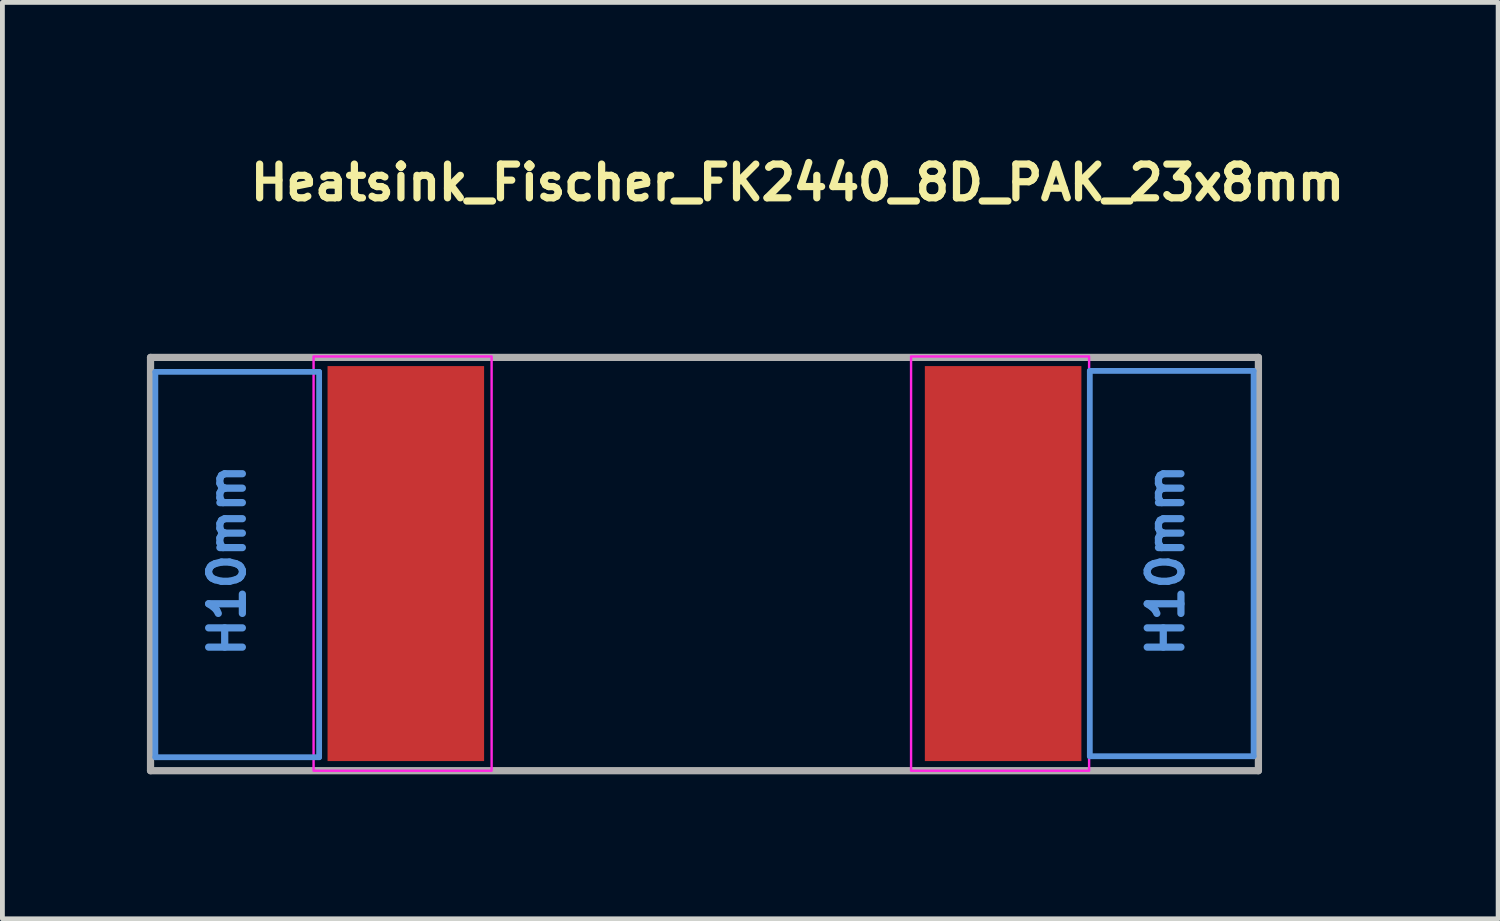
<source format=kicad_pcb>
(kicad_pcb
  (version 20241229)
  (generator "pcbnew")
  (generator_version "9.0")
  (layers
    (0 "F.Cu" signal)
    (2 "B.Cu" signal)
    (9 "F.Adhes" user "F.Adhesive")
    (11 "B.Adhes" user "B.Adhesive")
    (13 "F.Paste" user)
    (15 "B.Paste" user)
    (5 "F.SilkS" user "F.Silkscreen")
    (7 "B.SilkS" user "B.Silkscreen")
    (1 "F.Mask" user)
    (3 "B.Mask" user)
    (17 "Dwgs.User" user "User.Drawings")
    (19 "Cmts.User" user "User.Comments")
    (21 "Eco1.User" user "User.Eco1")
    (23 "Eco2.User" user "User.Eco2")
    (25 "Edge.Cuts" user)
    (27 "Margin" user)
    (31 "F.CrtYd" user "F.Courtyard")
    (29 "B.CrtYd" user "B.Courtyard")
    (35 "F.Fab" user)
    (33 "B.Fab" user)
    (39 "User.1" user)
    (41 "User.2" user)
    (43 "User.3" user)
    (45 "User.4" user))
  (footprint "Heatsink_Fischer_FK2440_8D_PAK_23x8mm"
    (layer "F.Cu")
    (at 11.56 8.65)
    (property "Reference" "Heatsink_Fischer_FK2440_8D_PAK_23x8mm" (at -9.485 -7.5 180) (layer "F.SilkS") (effects (font (size 0.7 0.7) (thickness 0.15)) (justify left bottom)))
    (attr smd)
    (fp_line (start -11.385 -3.98) (end -11.385 4.02) (stroke (width 0.12) (type solid)) (layer "Cmts.User"))
    (fp_line (start -11.385 4.02) (end -7.985 4.02) (stroke (width 0.12) (type solid)) (layer "Cmts.User"))
    (fp_line (start -7.985 -3.98) (end -11.385 -3.98) (stroke (width 0.12) (type solid)) (layer "Cmts.User"))
    (fp_line (start -7.985 -3.98) (end -7.985 4.02) (stroke (width 0.12) (type solid)) (layer "Cmts.User"))
    (fp_line (start 8.015 4) (end 8.015 -4) (stroke (width 0.12) (type solid)) (layer "Cmts.User"))
    (fp_line (start 8.015 4) (end 11.415 4) (stroke (width 0.12) (type solid)) (layer "Cmts.User"))
    (fp_line (start 11.415 -4) (end 8.015 -4) (stroke (width 0.12) (type solid)) (layer "Cmts.User"))
    (fp_line (start 11.415 4) (end 11.415 -4) (stroke (width 0.12) (type solid)) (layer "Cmts.User"))
    (fp_rect (start -8.1 -4.3) (end -4.404 4.3) (stroke (width 0.05) (type solid)) (fill no) (layer "F.CrtYd"))
    (fp_rect (start 4.304 -4.3) (end 8 4.3) (stroke (width 0.05) (type solid)) (fill no) (layer "F.CrtYd"))
    (fp_line (start -11.485 -4.28) (end 11.515 -4.28) (stroke (width 0.15) (type solid)) (layer "F.Fab"))
    (fp_line (start -11.485 4.3) (end -11.485 -4.28) (stroke (width 0.15) (type solid)) (layer "F.Fab"))
    (fp_line (start 11.515 -4.28) (end 11.515 4.3) (stroke (width 0.15) (type solid)) (layer "F.Fab"))
    (fp_line (start 11.515 4.3) (end -11.485 4.3) (stroke (width 0.15) (type solid)) (layer "F.Fab"))
    (fp_rect (start -11.5 -4) (end 11.5 4) (stroke (width 0.1) (type solid)) (fill no) (layer "User.5"))
    (fp_line (start -11.5 4) (end -11.5 -4) (stroke (width 0.02) (type solid)) (layer "User.9"))
    (fp_line (start -11.5 4) (end -11.496 4) (stroke (width 0.02) (type solid)) (layer "User.9"))
    (fp_line (start -11.496 -4) (end -11.5 -4) (stroke (width 0.02) (type solid)) (layer "User.9"))
    (fp_line (start -11.496 4) (end -11.485 4) (stroke (width 0.02) (type solid)) (layer "User.9"))
    (fp_line (start -11.485 -4) (end -11.496 -4) (stroke (width 0.02) (type solid)) (layer "User.9"))
    (fp_line (start -11.485 4) (end -11.466 4) (stroke (width 0.02) (type solid)) (layer "User.9"))
    (fp_line (start -11.466 -4) (end -11.485 -4) (stroke (width 0.02) (type solid)) (layer "User.9"))
    (fp_line (start -11.466 4) (end -11.44 4) (stroke (width 0.02) (type solid)) (layer "User.9"))
    (fp_line (start -11.44 -4) (end -11.466 -4) (stroke (width 0.02) (type solid)) (layer "User.9"))
    (fp_line (start -11.44 4) (end -11.408 4) (stroke (width 0.02) (type solid)) (layer "User.9"))
    (fp_line (start -11.408 -4) (end -11.44 -4) (stroke (width 0.02) (type solid)) (layer "User.9"))
    (fp_line (start -11.408 4) (end -11.369 4) (stroke (width 0.02) (type solid)) (layer "User.9"))
    (fp_line (start -11.369 -4) (end -11.408 -4) (stroke (width 0.02) (type solid)) (layer "User.9"))
    (fp_line (start -11.369 4) (end -11.324 4) (stroke (width 0.02) (type solid)) (layer "User.9"))
    (fp_line (start -11.324 -4) (end -11.369 -4) (stroke (width 0.02) (type solid)) (layer "User.9"))
    (fp_line (start -11.324 4) (end -11.274 4) (stroke (width 0.02) (type solid)) (layer "User.9"))
    (fp_line (start -11.274 -4) (end -11.324 -4) (stroke (width 0.02) (type solid)) (layer "User.9"))
    (fp_line (start -11.274 4) (end -11.219 4) (stroke (width 0.02) (type solid)) (layer "User.9"))
    (fp_line (start -11.219 -4) (end -11.274 -4) (stroke (width 0.02) (type solid)) (layer "User.9"))
    (fp_line (start -11.219 4) (end -11.16 4) (stroke (width 0.02) (type solid)) (layer "User.9"))
    (fp_line (start -11.16 -4) (end -11.219 -4) (stroke (width 0.02) (type solid)) (layer "User.9"))
    (fp_line (start -11.16 4) (end -11.098 4) (stroke (width 0.02) (type solid)) (layer "User.9"))
    (fp_line (start -11.098 -4) (end -11.16 -4) (stroke (width 0.02) (type solid)) (layer "User.9"))
    (fp_line (start -11.098 4) (end -11.033 4) (stroke (width 0.02) (type solid)) (layer "User.9"))
    (fp_line (start -11.033 -4) (end -11.098 -4) (stroke (width 0.02) (type solid)) (layer "User.9"))
    (fp_line (start -11.033 4) (end -10.967 4) (stroke (width 0.02) (type solid)) (layer "User.9"))
    (fp_line (start -10.967 -4) (end -11.033 -4) (stroke (width 0.02) (type solid)) (layer "User.9"))
    (fp_line (start -10.967 4) (end -10.9 4) (stroke (width 0.02) (type solid)) (layer "User.9"))
    (fp_line (start -10.9 -4) (end -10.967 -4) (stroke (width 0.02) (type solid)) (layer "User.9"))
    (fp_line (start -10.9 4) (end -10.9 -4) (stroke (width 0.02) (type solid)) (layer "User.9"))
    (fp_line (start -10.9 4) (end -5.799 4) (stroke (width 0.02) (type solid)) (layer "User.9"))
    (fp_line (start -10.8 -2.3) (end -10.796 -2.367) (stroke (width 0.02) (type solid)) (layer "User.9"))
    (fp_line (start -10.8 -2.3) (end -10.796 -2.367) (stroke (width 0.02) (type solid)) (layer "User.9"))
    (fp_line (start -10.8 0) (end -10.796 -0.067) (stroke (width 0.02) (type solid)) (layer "User.9"))
    (fp_line (start -10.8 0) (end -10.796 -0.067) (stroke (width 0.02) (type solid)) (layer "User.9"))
    (fp_line (start -10.8 2.3) (end -10.796 2.233) (stroke (width 0.02) (type solid)) (layer "User.9"))
    (fp_line (start -10.8 2.3) (end -10.796 2.233) (stroke (width 0.02) (type solid)) (layer "User.9"))
    (fp_line (start -10.796 -2.367) (end -10.785 -2.434) (stroke (width 0.02) (type solid)) (layer "User.9"))
    (fp_line (start -10.796 -2.367) (end -10.785 -2.434) (stroke (width 0.02) (type solid)) (layer "User.9"))
    (fp_line (start -10.796 -2.233) (end -10.8 -2.3) (stroke (width 0.02) (type solid)) (layer "User.9"))
    (fp_line (start -10.796 -2.233) (end -10.8 -2.3) (stroke (width 0.02) (type solid)) (layer "User.9"))
    (fp_line (start -10.796 -0.067) (end -10.785 -0.134) (stroke (width 0.02) (type solid)) (layer "User.9"))
    (fp_line (start -10.796 -0.067) (end -10.785 -0.134) (stroke (width 0.02) (type solid)) (layer "User.9"))
    (fp_line (start -10.796 0.067) (end -10.8 0) (stroke (width 0.02) (type solid)) (layer "User.9"))
    (fp_line (start -10.796 0.067) (end -10.8 0) (stroke (width 0.02) (type solid)) (layer "User.9"))
    (fp_line (start -10.796 2.233) (end -10.785 2.166) (stroke (width 0.02) (type solid)) (layer "User.9"))
    (fp_line (start -10.796 2.233) (end -10.785 2.166) (stroke (width 0.02) (type solid)) (layer "User.9"))
    (fp_line (start -10.796 2.367) (end -10.8 2.3) (stroke (width 0.02) (type solid)) (layer "User.9"))
    (fp_line (start -10.796 2.367) (end -10.8 2.3) (stroke (width 0.02) (type solid)) (layer "User.9"))
    (fp_line (start -10.785 -2.434) (end -10.766 -2.498) (stroke (width 0.02) (type solid)) (layer "User.9"))
    (fp_line (start -10.785 -2.434) (end -10.766 -2.498) (stroke (width 0.02) (type solid)) (layer "User.9"))
    (fp_line (start -10.785 -2.166) (end -10.796 -2.233) (stroke (width 0.02) (type solid)) (layer "User.9"))
    (fp_line (start -10.785 -2.166) (end -10.796 -2.233) (stroke (width 0.02) (type solid)) (layer "User.9"))
    (fp_line (start -10.785 -0.134) (end -10.766 -0.198) (stroke (width 0.02) (type solid)) (layer "User.9"))
    (fp_line (start -10.785 -0.134) (end -10.766 -0.198) (stroke (width 0.02) (type solid)) (layer "User.9"))
    (fp_line (start -10.785 0.134) (end -10.796 0.067) (stroke (width 0.02) (type solid)) (layer "User.9"))
    (fp_line (start -10.785 0.134) (end -10.796 0.067) (stroke (width 0.02) (type solid)) (layer "User.9"))
    (fp_line (start -10.785 2.166) (end -10.766 2.102) (stroke (width 0.02) (type solid)) (layer "User.9"))
    (fp_line (start -10.785 2.166) (end -10.766 2.102) (stroke (width 0.02) (type solid)) (layer "User.9"))
    (fp_line (start -10.785 2.434) (end -10.796 2.367) (stroke (width 0.02) (type solid)) (layer "User.9"))
    (fp_line (start -10.785 2.434) (end -10.796 2.367) (stroke (width 0.02) (type solid)) (layer "User.9"))
    (fp_line (start -10.766 -2.498) (end -10.74 -2.56) (stroke (width 0.02) (type solid)) (layer "User.9"))
    (fp_line (start -10.766 -2.498) (end -10.74 -2.56) (stroke (width 0.02) (type solid)) (layer "User.9"))
    (fp_line (start -10.766 -2.102) (end -10.785 -2.166) (stroke (width 0.02) (type solid)) (layer "User.9"))
    (fp_line (start -10.766 -2.102) (end -10.785 -2.166) (stroke (width 0.02) (type solid)) (layer "User.9"))
    (fp_line (start -10.766 -0.198) (end -10.74 -0.26) (stroke (width 0.02) (type solid)) (layer "User.9"))
    (fp_line (start -10.766 -0.198) (end -10.74 -0.26) (stroke (width 0.02) (type solid)) (layer "User.9"))
    (fp_line (start -10.766 0.198) (end -10.785 0.134) (stroke (width 0.02) (type solid)) (layer "User.9"))
    (fp_line (start -10.766 0.198) (end -10.785 0.134) (stroke (width 0.02) (type solid)) (layer "User.9"))
    (fp_line (start -10.766 2.102) (end -10.74 2.04) (stroke (width 0.02) (type solid)) (layer "User.9"))
    (fp_line (start -10.766 2.102) (end -10.74 2.04) (stroke (width 0.02) (type solid)) (layer "User.9"))
    (fp_line (start -10.766 2.498) (end -10.785 2.434) (stroke (width 0.02) (type solid)) (layer "User.9"))
    (fp_line (start -10.766 2.498) (end -10.785 2.434) (stroke (width 0.02) (type solid)) (layer "User.9"))
    (fp_line (start -10.74 -2.56) (end -10.708 -2.619) (stroke (width 0.02) (type solid)) (layer "User.9"))
    (fp_line (start -10.74 -2.56) (end -10.708 -2.619) (stroke (width 0.02) (type solid)) (layer "User.9"))
    (fp_line (start -10.74 -2.04) (end -10.766 -2.102) (stroke (width 0.02) (type solid)) (layer "User.9"))
    (fp_line (start -10.74 -2.04) (end -10.766 -2.102) (stroke (width 0.02) (type solid)) (layer "User.9"))
    (fp_line (start -10.74 -0.26) (end -10.708 -0.319) (stroke (width 0.02) (type solid)) (layer "User.9"))
    (fp_line (start -10.74 -0.26) (end -10.708 -0.319) (stroke (width 0.02) (type solid)) (layer "User.9"))
    (fp_line (start -10.74 0.26) (end -10.766 0.198) (stroke (width 0.02) (type solid)) (layer "User.9"))
    (fp_line (start -10.74 0.26) (end -10.766 0.198) (stroke (width 0.02) (type solid)) (layer "User.9"))
    (fp_line (start -10.74 2.04) (end -10.708 1.981) (stroke (width 0.02) (type solid)) (layer "User.9"))
    (fp_line (start -10.74 2.04) (end -10.708 1.981) (stroke (width 0.02) (type solid)) (layer "User.9"))
    (fp_line (start -10.74 2.56) (end -10.766 2.498) (stroke (width 0.02) (type solid)) (layer "User.9"))
    (fp_line (start -10.74 2.56) (end -10.766 2.498) (stroke (width 0.02) (type solid)) (layer "User.9"))
    (fp_line (start -10.708 -2.619) (end -10.669 -2.674) (stroke (width 0.02) (type solid)) (layer "User.9"))
    (fp_line (start -10.708 -2.619) (end -10.669 -2.674) (stroke (width 0.02) (type solid)) (layer "User.9"))
    (fp_line (start -10.708 -1.981) (end -10.74 -2.04) (stroke (width 0.02) (type solid)) (layer "User.9"))
    (fp_line (start -10.708 -1.981) (end -10.74 -2.04) (stroke (width 0.02) (type solid)) (layer "User.9"))
    (fp_line (start -10.708 -0.319) (end -10.669 -0.374) (stroke (width 0.02) (type solid)) (layer "User.9"))
    (fp_line (start -10.708 -0.319) (end -10.669 -0.374) (stroke (width 0.02) (type solid)) (layer "User.9"))
    (fp_line (start -10.708 0.319) (end -10.74 0.26) (stroke (width 0.02) (type solid)) (layer "User.9"))
    (fp_line (start -10.708 0.319) (end -10.74 0.26) (stroke (width 0.02) (type solid)) (layer "User.9"))
    (fp_line (start -10.708 1.981) (end -10.669 1.926) (stroke (width 0.02) (type solid)) (layer "User.9"))
    (fp_line (start -10.708 1.981) (end -10.669 1.926) (stroke (width 0.02) (type solid)) (layer "User.9"))
    (fp_line (start -10.708 2.619) (end -10.74 2.56) (stroke (width 0.02) (type solid)) (layer "User.9"))
    (fp_line (start -10.708 2.619) (end -10.74 2.56) (stroke (width 0.02) (type solid)) (layer "User.9"))
    (fp_line (start -10.669 -2.674) (end -10.624 -2.724) (stroke (width 0.02) (type solid)) (layer "User.9"))
    (fp_line (start -10.669 -2.674) (end -10.624 -2.724) (stroke (width 0.02) (type solid)) (layer "User.9"))
    (fp_line (start -10.669 -1.926) (end -10.708 -1.981) (stroke (width 0.02) (type solid)) (layer "User.9"))
    (fp_line (start -10.669 -1.926) (end -10.708 -1.981) (stroke (width 0.02) (type solid)) (layer "User.9"))
    (fp_line (start -10.669 -0.374) (end -10.624 -0.424) (stroke (width 0.02) (type solid)) (layer "User.9"))
    (fp_line (start -10.669 -0.374) (end -10.624 -0.424) (stroke (width 0.02) (type solid)) (layer "User.9"))
    (fp_line (start -10.669 0.374) (end -10.708 0.319) (stroke (width 0.02) (type solid)) (layer "User.9"))
    (fp_line (start -10.669 0.374) (end -10.708 0.319) (stroke (width 0.02) (type solid)) (layer "User.9"))
    (fp_line (start -10.669 1.926) (end -10.624 1.876) (stroke (width 0.02) (type solid)) (layer "User.9"))
    (fp_line (start -10.669 1.926) (end -10.624 1.876) (stroke (width 0.02) (type solid)) (layer "User.9"))
    (fp_line (start -10.669 2.674) (end -10.708 2.619) (stroke (width 0.02) (type solid)) (layer "User.9"))
    (fp_line (start -10.669 2.674) (end -10.708 2.619) (stroke (width 0.02) (type solid)) (layer "User.9"))
    (fp_line (start -10.624 -2.724) (end -10.574 -2.769) (stroke (width 0.02) (type solid)) (layer "User.9"))
    (fp_line (start -10.624 -2.724) (end -10.574 -2.769) (stroke (width 0.02) (type solid)) (layer "User.9"))
    (fp_line (start -10.624 -1.876) (end -10.669 -1.926) (stroke (width 0.02) (type solid)) (layer "User.9"))
    (fp_line (start -10.624 -1.876) (end -10.669 -1.926) (stroke (width 0.02) (type solid)) (layer "User.9"))
    (fp_line (start -10.624 -0.424) (end -10.574 -0.469) (stroke (width 0.02) (type solid)) (layer "User.9"))
    (fp_line (start -10.624 -0.424) (end -10.574 -0.469) (stroke (width 0.02) (type solid)) (layer "User.9"))
    (fp_line (start -10.624 0.424) (end -10.669 0.374) (stroke (width 0.02) (type solid)) (layer "User.9"))
    (fp_line (start -10.624 0.424) (end -10.669 0.374) (stroke (width 0.02) (type solid)) (layer "User.9"))
    (fp_line (start -10.624 1.876) (end -10.574 1.831) (stroke (width 0.02) (type solid)) (layer "User.9"))
    (fp_line (start -10.624 1.876) (end -10.574 1.831) (stroke (width 0.02) (type solid)) (layer "User.9"))
    (fp_line (start -10.624 2.724) (end -10.669 2.674) (stroke (width 0.02) (type solid)) (layer "User.9"))
    (fp_line (start -10.624 2.724) (end -10.669 2.674) (stroke (width 0.02) (type solid)) (layer "User.9"))
    (fp_line (start -10.574 -2.769) (end -10.519 -2.808) (stroke (width 0.02) (type solid)) (layer "User.9"))
    (fp_line (start -10.574 -2.769) (end -10.519 -2.808) (stroke (width 0.02) (type solid)) (layer "User.9"))
    (fp_line (start -10.574 -1.831) (end -10.624 -1.876) (stroke (width 0.02) (type solid)) (layer "User.9"))
    (fp_line (start -10.574 -1.831) (end -10.624 -1.876) (stroke (width 0.02) (type solid)) (layer "User.9"))
    (fp_line (start -10.574 -0.469) (end -10.519 -0.508) (stroke (width 0.02) (type solid)) (layer "User.9"))
    (fp_line (start -10.574 -0.469) (end -10.519 -0.508) (stroke (width 0.02) (type solid)) (layer "User.9"))
    (fp_line (start -10.574 0.469) (end -10.624 0.424) (stroke (width 0.02) (type solid)) (layer "User.9"))
    (fp_line (start -10.574 0.469) (end -10.624 0.424) (stroke (width 0.02) (type solid)) (layer "User.9"))
    (fp_line (start -10.574 1.831) (end -10.519 1.792) (stroke (width 0.02) (type solid)) (layer "User.9"))
    (fp_line (start -10.574 1.831) (end -10.519 1.792) (stroke (width 0.02) (type solid)) (layer "User.9"))
    (fp_line (start -10.574 2.769) (end -10.624 2.724) (stroke (width 0.02) (type solid)) (layer "User.9"))
    (fp_line (start -10.574 2.769) (end -10.624 2.724) (stroke (width 0.02) (type solid)) (layer "User.9"))
    (fp_line (start -10.519 -2.808) (end -10.46 -2.841) (stroke (width 0.02) (type solid)) (layer "User.9"))
    (fp_line (start -10.519 -2.808) (end -10.46 -2.841) (stroke (width 0.02) (type solid)) (layer "User.9"))
    (fp_line (start -10.519 -1.792) (end -10.574 -1.831) (stroke (width 0.02) (type solid)) (layer "User.9"))
    (fp_line (start -10.519 -1.792) (end -10.574 -1.831) (stroke (width 0.02) (type solid)) (layer "User.9"))
    (fp_line (start -10.519 -0.508) (end -10.46 -0.541) (stroke (width 0.02) (type solid)) (layer "User.9"))
    (fp_line (start -10.519 -0.508) (end -10.46 -0.541) (stroke (width 0.02) (type solid)) (layer "User.9"))
    (fp_line (start -10.519 0.508) (end -10.574 0.469) (stroke (width 0.02) (type solid)) (layer "User.9"))
    (fp_line (start -10.519 0.508) (end -10.574 0.469) (stroke (width 0.02) (type solid)) (layer "User.9"))
    (fp_line (start -10.519 1.792) (end -10.46 1.759) (stroke (width 0.02) (type solid)) (layer "User.9"))
    (fp_line (start -10.519 1.792) (end -10.46 1.759) (stroke (width 0.02) (type solid)) (layer "User.9"))
    (fp_line (start -10.519 2.808) (end -10.574 2.769) (stroke (width 0.02) (type solid)) (layer "User.9"))
    (fp_line (start -10.519 2.808) (end -10.574 2.769) (stroke (width 0.02) (type solid)) (layer "User.9"))
    (fp_line (start -10.46 -2.841) (end -10.398 -2.866) (stroke (width 0.02) (type solid)) (layer "User.9"))
    (fp_line (start -10.46 -2.841) (end -10.398 -2.866) (stroke (width 0.02) (type solid)) (layer "User.9"))
    (fp_line (start -10.46 -1.759) (end -10.519 -1.792) (stroke (width 0.02) (type solid)) (layer "User.9"))
    (fp_line (start -10.46 -1.759) (end -10.519 -1.792) (stroke (width 0.02) (type solid)) (layer "User.9"))
    (fp_line (start -10.46 -0.541) (end -10.398 -0.566) (stroke (width 0.02) (type solid)) (layer "User.9"))
    (fp_line (start -10.46 -0.541) (end -10.398 -0.566) (stroke (width 0.02) (type solid)) (layer "User.9"))
    (fp_line (start -10.46 0.541) (end -10.519 0.508) (stroke (width 0.02) (type solid)) (layer "User.9"))
    (fp_line (start -10.46 0.541) (end -10.519 0.508) (stroke (width 0.02) (type solid)) (layer "User.9"))
    (fp_line (start -10.46 1.759) (end -10.398 1.734) (stroke (width 0.02) (type solid)) (layer "User.9"))
    (fp_line (start -10.46 1.759) (end -10.398 1.734) (stroke (width 0.02) (type solid)) (layer "User.9"))
    (fp_line (start -10.46 2.841) (end -10.519 2.808) (stroke (width 0.02) (type solid)) (layer "User.9"))
    (fp_line (start -10.46 2.841) (end -10.519 2.808) (stroke (width 0.02) (type solid)) (layer "User.9"))
    (fp_line (start -10.398 -2.866) (end -10.333 -2.885) (stroke (width 0.02) (type solid)) (layer "User.9"))
    (fp_line (start -10.398 -2.866) (end -10.333 -2.885) (stroke (width 0.02) (type solid)) (layer "User.9"))
    (fp_line (start -10.398 -1.734) (end -10.46 -1.759) (stroke (width 0.02) (type solid)) (layer "User.9"))
    (fp_line (start -10.398 -1.734) (end -10.46 -1.759) (stroke (width 0.02) (type solid)) (layer "User.9"))
    (fp_line (start -10.398 -0.566) (end -10.333 -0.585) (stroke (width 0.02) (type solid)) (layer "User.9"))
    (fp_line (start -10.398 -0.566) (end -10.333 -0.585) (stroke (width 0.02) (type solid)) (layer "User.9"))
    (fp_line (start -10.398 0.566) (end -10.46 0.541) (stroke (width 0.02) (type solid)) (layer "User.9"))
    (fp_line (start -10.398 0.566) (end -10.46 0.541) (stroke (width 0.02) (type solid)) (layer "User.9"))
    (fp_line (start -10.398 1.734) (end -10.333 1.715) (stroke (width 0.02) (type solid)) (layer "User.9"))
    (fp_line (start -10.398 1.734) (end -10.333 1.715) (stroke (width 0.02) (type solid)) (layer "User.9"))
    (fp_line (start -10.398 2.866) (end -10.46 2.841) (stroke (width 0.02) (type solid)) (layer "User.9"))
    (fp_line (start -10.398 2.866) (end -10.46 2.841) (stroke (width 0.02) (type solid)) (layer "User.9"))
    (fp_line (start -10.333 -2.885) (end -10.267 -2.896) (stroke (width 0.02) (type solid)) (layer "User.9"))
    (fp_line (start -10.333 -2.885) (end -10.267 -2.896) (stroke (width 0.02) (type solid)) (layer "User.9"))
    (fp_line (start -10.333 -1.715) (end -10.398 -1.734) (stroke (width 0.02) (type solid)) (layer "User.9"))
    (fp_line (start -10.333 -1.715) (end -10.398 -1.734) (stroke (width 0.02) (type solid)) (layer "User.9"))
    (fp_line (start -10.333 -0.585) (end -10.267 -0.596) (stroke (width 0.02) (type solid)) (layer "User.9"))
    (fp_line (start -10.333 -0.585) (end -10.267 -0.596) (stroke (width 0.02) (type solid)) (layer "User.9"))
    (fp_line (start -10.333 0.585) (end -10.398 0.566) (stroke (width 0.02) (type solid)) (layer "User.9"))
    (fp_line (start -10.333 0.585) (end -10.398 0.566) (stroke (width 0.02) (type solid)) (layer "User.9"))
    (fp_line (start -10.333 1.715) (end -10.267 1.704) (stroke (width 0.02) (type solid)) (layer "User.9"))
    (fp_line (start -10.333 1.715) (end -10.267 1.704) (stroke (width 0.02) (type solid)) (layer "User.9"))
    (fp_line (start -10.333 2.885) (end -10.398 2.866) (stroke (width 0.02) (type solid)) (layer "User.9"))
    (fp_line (start -10.333 2.885) (end -10.398 2.866) (stroke (width 0.02) (type solid)) (layer "User.9"))
    (fp_line (start -10.267 -2.896) (end -10.2 -2.9) (stroke (width 0.02) (type solid)) (layer "User.9"))
    (fp_line (start -10.267 -2.896) (end -10.2 -2.9) (stroke (width 0.02) (type solid)) (layer "User.9"))
    (fp_line (start -10.267 -1.704) (end -10.333 -1.715) (stroke (width 0.02) (type solid)) (layer "User.9"))
    (fp_line (start -10.267 -1.704) (end -10.333 -1.715) (stroke (width 0.02) (type solid)) (layer "User.9"))
    (fp_line (start -10.267 -0.596) (end -10.2 -0.6) (stroke (width 0.02) (type solid)) (layer "User.9"))
    (fp_line (start -10.267 -0.596) (end -10.2 -0.6) (stroke (width 0.02) (type solid)) (layer "User.9"))
    (fp_line (start -10.267 0.596) (end -10.333 0.585) (stroke (width 0.02) (type solid)) (layer "User.9"))
    (fp_line (start -10.267 0.596) (end -10.333 0.585) (stroke (width 0.02) (type solid)) (layer "User.9"))
    (fp_line (start -10.267 1.704) (end -10.2 1.7) (stroke (width 0.02) (type solid)) (layer "User.9"))
    (fp_line (start -10.267 1.704) (end -10.2 1.7) (stroke (width 0.02) (type solid)) (layer "User.9"))
    (fp_line (start -10.267 2.896) (end -10.333 2.885) (stroke (width 0.02) (type solid)) (layer "User.9"))
    (fp_line (start -10.267 2.896) (end -10.333 2.885) (stroke (width 0.02) (type solid)) (layer "User.9"))
    (fp_line (start -10.2 -2.9) (end -6.7 -2.9) (stroke (width 0.02) (type solid)) (layer "User.9"))
    (fp_line (start -10.2 -1.7) (end -10.267 -1.704) (stroke (width 0.02) (type solid)) (layer "User.9"))
    (fp_line (start -10.2 -1.7) (end -10.267 -1.704) (stroke (width 0.02) (type solid)) (layer "User.9"))
    (fp_line (start -10.2 -0.6) (end -6.7 -0.6) (stroke (width 0.02) (type solid)) (layer "User.9"))
    (fp_line (start -10.2 0.6) (end -10.267 0.596) (stroke (width 0.02) (type solid)) (layer "User.9"))
    (fp_line (start -10.2 0.6) (end -10.267 0.596) (stroke (width 0.02) (type solid)) (layer "User.9"))
    (fp_line (start -10.2 1.7) (end -6.7 1.7) (stroke (width 0.02) (type solid)) (layer "User.9"))
    (fp_line (start -10.2 2.9) (end -10.267 2.896) (stroke (width 0.02) (type solid)) (layer "User.9"))
    (fp_line (start -10.2 2.9) (end -10.267 2.896) (stroke (width 0.02) (type solid)) (layer "User.9"))
    (fp_line (start -7.4 -1.7) (end -7.4 -2.9) (stroke (width 0.02) (type solid)) (layer "User.9"))
    (fp_line (start -7.4 0.6) (end -7.4 -0.6) (stroke (width 0.02) (type solid)) (layer "User.9"))
    (fp_line (start -7.4 2.9) (end -7.4 1.7) (stroke (width 0.02) (type solid)) (layer "User.9"))
    (fp_line (start -6.7 -2.9) (end -6.633 -2.896) (stroke (width 0.02) (type solid)) (layer "User.9"))
    (fp_line (start -6.7 -2.9) (end -6.633 -2.896) (stroke (width 0.02) (type solid)) (layer "User.9"))
    (fp_line (start -6.7 -1.7) (end -10.2 -1.7) (stroke (width 0.02) (type solid)) (layer "User.9"))
    (fp_line (start -6.7 -0.6) (end -6.633 -0.596) (stroke (width 0.02) (type solid)) (layer "User.9"))
    (fp_line (start -6.7 -0.6) (end -6.633 -0.596) (stroke (width 0.02) (type solid)) (layer "User.9"))
    (fp_line (start -6.7 0.6) (end -10.2 0.6) (stroke (width 0.02) (type solid)) (layer "User.9"))
    (fp_line (start -6.7 1.7) (end -6.633 1.704) (stroke (width 0.02) (type solid)) (layer "User.9"))
    (fp_line (start -6.7 1.7) (end -6.633 1.704) (stroke (width 0.02) (type solid)) (layer "User.9"))
    (fp_line (start -6.7 2.9) (end -10.2 2.9) (stroke (width 0.02) (type solid)) (layer "User.9"))
    (fp_line (start -6.633 -2.896) (end -6.566 -2.885) (stroke (width 0.02) (type solid)) (layer "User.9"))
    (fp_line (start -6.633 -2.896) (end -6.566 -2.885) (stroke (width 0.02) (type solid)) (layer "User.9"))
    (fp_line (start -6.633 -1.704) (end -6.7 -1.7) (stroke (width 0.02) (type solid)) (layer "User.9"))
    (fp_line (start -6.633 -1.704) (end -6.7 -1.7) (stroke (width 0.02) (type solid)) (layer "User.9"))
    (fp_line (start -6.633 -0.596) (end -6.566 -0.585) (stroke (width 0.02) (type solid)) (layer "User.9"))
    (fp_line (start -6.633 -0.596) (end -6.566 -0.585) (stroke (width 0.02) (type solid)) (layer "User.9"))
    (fp_line (start -6.633 0.596) (end -6.7 0.6) (stroke (width 0.02) (type solid)) (layer "User.9"))
    (fp_line (start -6.633 0.596) (end -6.7 0.6) (stroke (width 0.02) (type solid)) (layer "User.9"))
    (fp_line (start -6.633 1.704) (end -6.566 1.715) (stroke (width 0.02) (type solid)) (layer "User.9"))
    (fp_line (start -6.633 1.704) (end -6.566 1.715) (stroke (width 0.02) (type solid)) (layer "User.9"))
    (fp_line (start -6.633 2.896) (end -6.7 2.9) (stroke (width 0.02) (type solid)) (layer "User.9"))
    (fp_line (start -6.633 2.896) (end -6.7 2.9) (stroke (width 0.02) (type solid)) (layer "User.9"))
    (fp_line (start -6.566 -2.885) (end -6.502 -2.866) (stroke (width 0.02) (type solid)) (layer "User.9"))
    (fp_line (start -6.566 -2.885) (end -6.502 -2.866) (stroke (width 0.02) (type solid)) (layer "User.9"))
    (fp_line (start -6.566 -1.715) (end -6.633 -1.704) (stroke (width 0.02) (type solid)) (layer "User.9"))
    (fp_line (start -6.566 -1.715) (end -6.633 -1.704) (stroke (width 0.02) (type solid)) (layer "User.9"))
    (fp_line (start -6.566 -0.585) (end -6.502 -0.566) (stroke (width 0.02) (type solid)) (layer "User.9"))
    (fp_line (start -6.566 -0.585) (end -6.502 -0.566) (stroke (width 0.02) (type solid)) (layer "User.9"))
    (fp_line (start -6.566 0.585) (end -6.633 0.596) (stroke (width 0.02) (type solid)) (layer "User.9"))
    (fp_line (start -6.566 0.585) (end -6.633 0.596) (stroke (width 0.02) (type solid)) (layer "User.9"))
    (fp_line (start -6.566 1.715) (end -6.502 1.734) (stroke (width 0.02) (type solid)) (layer "User.9"))
    (fp_line (start -6.566 1.715) (end -6.502 1.734) (stroke (width 0.02) (type solid)) (layer "User.9"))
    (fp_line (start -6.566 2.885) (end -6.633 2.896) (stroke (width 0.02) (type solid)) (layer "User.9"))
    (fp_line (start -6.566 2.885) (end -6.633 2.896) (stroke (width 0.02) (type solid)) (layer "User.9"))
    (fp_line (start -6.502 -2.866) (end -6.44 -2.841) (stroke (width 0.02) (type solid)) (layer "User.9"))
    (fp_line (start -6.502 -2.866) (end -6.44 -2.841) (stroke (width 0.02) (type solid)) (layer "User.9"))
    (fp_line (start -6.502 -1.734) (end -6.566 -1.715) (stroke (width 0.02) (type solid)) (layer "User.9"))
    (fp_line (start -6.502 -1.734) (end -6.566 -1.715) (stroke (width 0.02) (type solid)) (layer "User.9"))
    (fp_line (start -6.502 -0.566) (end -6.44 -0.541) (stroke (width 0.02) (type solid)) (layer "User.9"))
    (fp_line (start -6.502 -0.566) (end -6.44 -0.541) (stroke (width 0.02) (type solid)) (layer "User.9"))
    (fp_line (start -6.502 0.566) (end -6.566 0.585) (stroke (width 0.02) (type solid)) (layer "User.9"))
    (fp_line (start -6.502 0.566) (end -6.566 0.585) (stroke (width 0.02) (type solid)) (layer "User.9"))
    (fp_line (start -6.502 1.734) (end -6.44 1.759) (stroke (width 0.02) (type solid)) (layer "User.9"))
    (fp_line (start -6.502 1.734) (end -6.44 1.759) (stroke (width 0.02) (type solid)) (layer "User.9"))
    (fp_line (start -6.502 2.866) (end -6.566 2.885) (stroke (width 0.02) (type solid)) (layer "User.9"))
    (fp_line (start -6.502 2.866) (end -6.566 2.885) (stroke (width 0.02) (type solid)) (layer "User.9"))
    (fp_line (start -6.44 -2.841) (end -6.381 -2.808) (stroke (width 0.02) (type solid)) (layer "User.9"))
    (fp_line (start -6.44 -2.841) (end -6.381 -2.808) (stroke (width 0.02) (type solid)) (layer "User.9"))
    (fp_line (start -6.44 -1.759) (end -6.502 -1.734) (stroke (width 0.02) (type solid)) (layer "User.9"))
    (fp_line (start -6.44 -1.759) (end -6.502 -1.734) (stroke (width 0.02) (type solid)) (layer "User.9"))
    (fp_line (start -6.44 -0.541) (end -6.381 -0.508) (stroke (width 0.02) (type solid)) (layer "User.9"))
    (fp_line (start -6.44 -0.541) (end -6.381 -0.508) (stroke (width 0.02) (type solid)) (layer "User.9"))
    (fp_line (start -6.44 0.541) (end -6.502 0.566) (stroke (width 0.02) (type solid)) (layer "User.9"))
    (fp_line (start -6.44 0.541) (end -6.502 0.566) (stroke (width 0.02) (type solid)) (layer "User.9"))
    (fp_line (start -6.44 1.759) (end -6.381 1.792) (stroke (width 0.02) (type solid)) (layer "User.9"))
    (fp_line (start -6.44 1.759) (end -6.381 1.792) (stroke (width 0.02) (type solid)) (layer "User.9"))
    (fp_line (start -6.44 2.841) (end -6.502 2.866) (stroke (width 0.02) (type solid)) (layer "User.9"))
    (fp_line (start -6.44 2.841) (end -6.502 2.866) (stroke (width 0.02) (type solid)) (layer "User.9"))
    (fp_line (start -6.381 -2.808) (end -6.326 -2.769) (stroke (width 0.02) (type solid)) (layer "User.9"))
    (fp_line (start -6.381 -2.808) (end -6.326 -2.769) (stroke (width 0.02) (type solid)) (layer "User.9"))
    (fp_line (start -6.381 -1.792) (end -6.44 -1.759) (stroke (width 0.02) (type solid)) (layer "User.9"))
    (fp_line (start -6.381 -1.792) (end -6.44 -1.759) (stroke (width 0.02) (type solid)) (layer "User.9"))
    (fp_line (start -6.381 -0.508) (end -6.326 -0.469) (stroke (width 0.02) (type solid)) (layer "User.9"))
    (fp_line (start -6.381 -0.508) (end -6.326 -0.469) (stroke (width 0.02) (type solid)) (layer "User.9"))
    (fp_line (start -6.381 0.508) (end -6.44 0.541) (stroke (width 0.02) (type solid)) (layer "User.9"))
    (fp_line (start -6.381 0.508) (end -6.44 0.541) (stroke (width 0.02) (type solid)) (layer "User.9"))
    (fp_line (start -6.381 1.792) (end -6.326 1.831) (stroke (width 0.02) (type solid)) (layer "User.9"))
    (fp_line (start -6.381 1.792) (end -6.326 1.831) (stroke (width 0.02) (type solid)) (layer "User.9"))
    (fp_line (start -6.381 2.808) (end -6.44 2.841) (stroke (width 0.02) (type solid)) (layer "User.9"))
    (fp_line (start -6.381 2.808) (end -6.44 2.841) (stroke (width 0.02) (type solid)) (layer "User.9"))
    (fp_line (start -6.326 -2.769) (end -6.276 -2.724) (stroke (width 0.02) (type solid)) (layer "User.9"))
    (fp_line (start -6.326 -2.769) (end -6.276 -2.724) (stroke (width 0.02) (type solid)) (layer "User.9"))
    (fp_line (start -6.326 -1.831) (end -6.381 -1.792) (stroke (width 0.02) (type solid)) (layer "User.9"))
    (fp_line (start -6.326 -1.831) (end -6.381 -1.792) (stroke (width 0.02) (type solid)) (layer "User.9"))
    (fp_line (start -6.326 -0.469) (end -6.276 -0.424) (stroke (width 0.02) (type solid)) (layer "User.9"))
    (fp_line (start -6.326 -0.469) (end -6.276 -0.424) (stroke (width 0.02) (type solid)) (layer "User.9"))
    (fp_line (start -6.326 0.469) (end -6.381 0.508) (stroke (width 0.02) (type solid)) (layer "User.9"))
    (fp_line (start -6.326 0.469) (end -6.381 0.508) (stroke (width 0.02) (type solid)) (layer "User.9"))
    (fp_line (start -6.326 1.831) (end -6.276 1.876) (stroke (width 0.02) (type solid)) (layer "User.9"))
    (fp_line (start -6.326 1.831) (end -6.276 1.876) (stroke (width 0.02) (type solid)) (layer "User.9"))
    (fp_line (start -6.326 2.769) (end -6.381 2.808) (stroke (width 0.02) (type solid)) (layer "User.9"))
    (fp_line (start -6.326 2.769) (end -6.381 2.808) (stroke (width 0.02) (type solid)) (layer "User.9"))
    (fp_line (start -6.276 -2.724) (end -6.231 -2.674) (stroke (width 0.02) (type solid)) (layer "User.9"))
    (fp_line (start -6.276 -2.724) (end -6.231 -2.674) (stroke (width 0.02) (type solid)) (layer "User.9"))
    (fp_line (start -6.276 -1.876) (end -6.326 -1.831) (stroke (width 0.02) (type solid)) (layer "User.9"))
    (fp_line (start -6.276 -1.876) (end -6.326 -1.831) (stroke (width 0.02) (type solid)) (layer "User.9"))
    (fp_line (start -6.276 -0.424) (end -6.231 -0.374) (stroke (width 0.02) (type solid)) (layer "User.9"))
    (fp_line (start -6.276 -0.424) (end -6.231 -0.374) (stroke (width 0.02) (type solid)) (layer "User.9"))
    (fp_line (start -6.276 0.424) (end -6.326 0.469) (stroke (width 0.02) (type solid)) (layer "User.9"))
    (fp_line (start -6.276 0.424) (end -6.326 0.469) (stroke (width 0.02) (type solid)) (layer "User.9"))
    (fp_line (start -6.276 1.876) (end -6.231 1.926) (stroke (width 0.02) (type solid)) (layer "User.9"))
    (fp_line (start -6.276 1.876) (end -6.231 1.926) (stroke (width 0.02) (type solid)) (layer "User.9"))
    (fp_line (start -6.276 2.724) (end -6.326 2.769) (stroke (width 0.02) (type solid)) (layer "User.9"))
    (fp_line (start -6.276 2.724) (end -6.326 2.769) (stroke (width 0.02) (type solid)) (layer "User.9"))
    (fp_line (start -6.231 -2.674) (end -6.192 -2.619) (stroke (width 0.02) (type solid)) (layer "User.9"))
    (fp_line (start -6.231 -2.674) (end -6.192 -2.619) (stroke (width 0.02) (type solid)) (layer "User.9"))
    (fp_line (start -6.231 -1.926) (end -6.276 -1.876) (stroke (width 0.02) (type solid)) (layer "User.9"))
    (fp_line (start -6.231 -1.926) (end -6.276 -1.876) (stroke (width 0.02) (type solid)) (layer "User.9"))
    (fp_line (start -6.231 -0.374) (end -6.192 -0.319) (stroke (width 0.02) (type solid)) (layer "User.9"))
    (fp_line (start -6.231 -0.374) (end -6.192 -0.319) (stroke (width 0.02) (type solid)) (layer "User.9"))
    (fp_line (start -6.231 0.374) (end -6.276 0.424) (stroke (width 0.02) (type solid)) (layer "User.9"))
    (fp_line (start -6.231 0.374) (end -6.276 0.424) (stroke (width 0.02) (type solid)) (layer "User.9"))
    (fp_line (start -6.231 1.926) (end -6.192 1.981) (stroke (width 0.02) (type solid)) (layer "User.9"))
    (fp_line (start -6.231 1.926) (end -6.192 1.981) (stroke (width 0.02) (type solid)) (layer "User.9"))
    (fp_line (start -6.231 2.674) (end -6.276 2.724) (stroke (width 0.02) (type solid)) (layer "User.9"))
    (fp_line (start -6.231 2.674) (end -6.276 2.724) (stroke (width 0.02) (type solid)) (layer "User.9"))
    (fp_line (start -6.192 -2.619) (end -6.159 -2.56) (stroke (width 0.02) (type solid)) (layer "User.9"))
    (fp_line (start -6.192 -2.619) (end -6.159 -2.56) (stroke (width 0.02) (type solid)) (layer "User.9"))
    (fp_line (start -6.192 -1.981) (end -6.231 -1.926) (stroke (width 0.02) (type solid)) (layer "User.9"))
    (fp_line (start -6.192 -1.981) (end -6.231 -1.926) (stroke (width 0.02) (type solid)) (layer "User.9"))
    (fp_line (start -6.192 -0.319) (end -6.159 -0.26) (stroke (width 0.02) (type solid)) (layer "User.9"))
    (fp_line (start -6.192 -0.319) (end -6.159 -0.26) (stroke (width 0.02) (type solid)) (layer "User.9"))
    (fp_line (start -6.192 0.319) (end -6.231 0.374) (stroke (width 0.02) (type solid)) (layer "User.9"))
    (fp_line (start -6.192 0.319) (end -6.231 0.374) (stroke (width 0.02) (type solid)) (layer "User.9"))
    (fp_line (start -6.192 1.981) (end -6.159 2.04) (stroke (width 0.02) (type solid)) (layer "User.9"))
    (fp_line (start -6.192 1.981) (end -6.159 2.04) (stroke (width 0.02) (type solid)) (layer "User.9"))
    (fp_line (start -6.192 2.619) (end -6.231 2.674) (stroke (width 0.02) (type solid)) (layer "User.9"))
    (fp_line (start -6.192 2.619) (end -6.231 2.674) (stroke (width 0.02) (type solid)) (layer "User.9"))
    (fp_line (start -6.159 -2.56) (end -6.134 -2.498) (stroke (width 0.02) (type solid)) (layer "User.9"))
    (fp_line (start -6.159 -2.56) (end -6.134 -2.498) (stroke (width 0.02) (type solid)) (layer "User.9"))
    (fp_line (start -6.159 -2.04) (end -6.192 -1.981) (stroke (width 0.02) (type solid)) (layer "User.9"))
    (fp_line (start -6.159 -2.04) (end -6.192 -1.981) (stroke (width 0.02) (type solid)) (layer "User.9"))
    (fp_line (start -6.159 -0.26) (end -6.134 -0.198) (stroke (width 0.02) (type solid)) (layer "User.9"))
    (fp_line (start -6.159 -0.26) (end -6.134 -0.198) (stroke (width 0.02) (type solid)) (layer "User.9"))
    (fp_line (start -6.159 0.26) (end -6.192 0.319) (stroke (width 0.02) (type solid)) (layer "User.9"))
    (fp_line (start -6.159 0.26) (end -6.192 0.319) (stroke (width 0.02) (type solid)) (layer "User.9"))
    (fp_line (start -6.159 2.04) (end -6.134 2.102) (stroke (width 0.02) (type solid)) (layer "User.9"))
    (fp_line (start -6.159 2.04) (end -6.134 2.102) (stroke (width 0.02) (type solid)) (layer "User.9"))
    (fp_line (start -6.159 2.56) (end -6.192 2.619) (stroke (width 0.02) (type solid)) (layer "User.9"))
    (fp_line (start -6.159 2.56) (end -6.192 2.619) (stroke (width 0.02) (type solid)) (layer "User.9"))
    (fp_line (start -6.134 -2.498) (end -6.115 -2.434) (stroke (width 0.02) (type solid)) (layer "User.9"))
    (fp_line (start -6.134 -2.498) (end -6.115 -2.434) (stroke (width 0.02) (type solid)) (layer "User.9"))
    (fp_line (start -6.134 -2.102) (end -6.159 -2.04) (stroke (width 0.02) (type solid)) (layer "User.9"))
    (fp_line (start -6.134 -2.102) (end -6.159 -2.04) (stroke (width 0.02) (type solid)) (layer "User.9"))
    (fp_line (start -6.134 -0.198) (end -6.115 -0.134) (stroke (width 0.02) (type solid)) (layer "User.9"))
    (fp_line (start -6.134 -0.198) (end -6.115 -0.134) (stroke (width 0.02) (type solid)) (layer "User.9"))
    (fp_line (start -6.134 0.198) (end -6.159 0.26) (stroke (width 0.02) (type solid)) (layer "User.9"))
    (fp_line (start -6.134 0.198) (end -6.159 0.26) (stroke (width 0.02) (type solid)) (layer "User.9"))
    (fp_line (start -6.134 2.102) (end -6.115 2.166) (stroke (width 0.02) (type solid)) (layer "User.9"))
    (fp_line (start -6.134 2.102) (end -6.115 2.166) (stroke (width 0.02) (type solid)) (layer "User.9"))
    (fp_line (start -6.134 2.498) (end -6.159 2.56) (stroke (width 0.02) (type solid)) (layer "User.9"))
    (fp_line (start -6.134 2.498) (end -6.159 2.56) (stroke (width 0.02) (type solid)) (layer "User.9"))
    (fp_line (start -6.115 -2.434) (end -6.104 -2.367) (stroke (width 0.02) (type solid)) (layer "User.9"))
    (fp_line (start -6.115 -2.434) (end -6.104 -2.367) (stroke (width 0.02) (type solid)) (layer "User.9"))
    (fp_line (start -6.115 -2.166) (end -6.134 -2.102) (stroke (width 0.02) (type solid)) (layer "User.9"))
    (fp_line (start -6.115 -2.166) (end -6.134 -2.102) (stroke (width 0.02) (type solid)) (layer "User.9"))
    (fp_line (start -6.115 -0.134) (end -6.104 -0.067) (stroke (width 0.02) (type solid)) (layer "User.9"))
    (fp_line (start -6.115 -0.134) (end -6.104 -0.067) (stroke (width 0.02) (type solid)) (layer "User.9"))
    (fp_line (start -6.115 0.134) (end -6.134 0.198) (stroke (width 0.02) (type solid)) (layer "User.9"))
    (fp_line (start -6.115 0.134) (end -6.134 0.198) (stroke (width 0.02) (type solid)) (layer "User.9"))
    (fp_line (start -6.115 2.166) (end -6.104 2.233) (stroke (width 0.02) (type solid)) (layer "User.9"))
    (fp_line (start -6.115 2.166) (end -6.104 2.233) (stroke (width 0.02) (type solid)) (layer "User.9"))
    (fp_line (start -6.115 2.434) (end -6.134 2.498) (stroke (width 0.02) (type solid)) (layer "User.9"))
    (fp_line (start -6.115 2.434) (end -6.134 2.498) (stroke (width 0.02) (type solid)) (layer "User.9"))
    (fp_line (start -6.104 -2.367) (end -6.1 -2.3) (stroke (width 0.02) (type solid)) (layer "User.9"))
    (fp_line (start -6.104 -2.367) (end -6.1 -2.3) (stroke (width 0.02) (type solid)) (layer "User.9"))
    (fp_line (start -6.104 -2.233) (end -6.115 -2.166) (stroke (width 0.02) (type solid)) (layer "User.9"))
    (fp_line (start -6.104 -2.233) (end -6.115 -2.166) (stroke (width 0.02) (type solid)) (layer "User.9"))
    (fp_line (start -6.104 -0.067) (end -6.1 0) (stroke (width 0.02) (type solid)) (layer "User.9"))
    (fp_line (start -6.104 -0.067) (end -6.1 0) (stroke (width 0.02) (type solid)) (layer "User.9"))
    (fp_line (start -6.104 0.067) (end -6.115 0.134) (stroke (width 0.02) (type solid)) (layer "User.9"))
    (fp_line (start -6.104 0.067) (end -6.115 0.134) (stroke (width 0.02) (type solid)) (layer "User.9"))
    (fp_line (start -6.104 2.233) (end -6.1 2.3) (stroke (width 0.02) (type solid)) (layer "User.9"))
    (fp_line (start -6.104 2.233) (end -6.1 2.3) (stroke (width 0.02) (type solid)) (layer "User.9"))
    (fp_line (start -6.104 2.367) (end -6.115 2.434) (stroke (width 0.02) (type solid)) (layer "User.9"))
    (fp_line (start -6.104 2.367) (end -6.115 2.434) (stroke (width 0.02) (type solid)) (layer "User.9"))
    (fp_line (start -6.1 -2.3) (end -6.104 -2.233) (stroke (width 0.02) (type solid)) (layer "User.9"))
    (fp_line (start -6.1 -2.3) (end -6.104 -2.233) (stroke (width 0.02) (type solid)) (layer "User.9"))
    (fp_line (start -6.1 0) (end -6.104 0.067) (stroke (width 0.02) (type solid)) (layer "User.9"))
    (fp_line (start -6.1 0) (end -6.104 0.067) (stroke (width 0.02) (type solid)) (layer "User.9"))
    (fp_line (start -6.1 2.3) (end -6.104 2.367) (stroke (width 0.02) (type solid)) (layer "User.9"))
    (fp_line (start -6.1 2.3) (end -6.104 2.367) (stroke (width 0.02) (type solid)) (layer "User.9"))
    (fp_line (start -5.799 -4) (end -10.9 -4) (stroke (width 0.02) (type solid)) (layer "User.9"))
    (fp_line (start -5.799 4) (end -5.799 -4) (stroke (width 0.02) (type solid)) (layer "User.9"))
    (fp_line (start -5.799 4) (end -5.67 4) (stroke (width 0.02) (type solid)) (layer "User.9"))
    (fp_line (start -5.67 -4) (end -5.799 -4) (stroke (width 0.02) (type solid)) (layer "User.9"))
    (fp_line (start -5.67 4) (end -5.541 4) (stroke (width 0.02) (type solid)) (layer "User.9"))
    (fp_line (start -5.541 -4) (end -5.67 -4) (stroke (width 0.02) (type solid)) (layer "User.9"))
    (fp_line (start -5.541 4) (end -5.414 4) (stroke (width 0.02) (type solid)) (layer "User.9"))
    (fp_line (start -5.414 -4) (end -5.541 -4) (stroke (width 0.02) (type solid)) (layer "User.9"))
    (fp_line (start -5.414 4) (end -5.29 4) (stroke (width 0.02) (type solid)) (layer "User.9"))
    (fp_line (start -5.29 -4) (end -5.414 -4) (stroke (width 0.02) (type solid)) (layer "User.9"))
    (fp_line (start -5.29 4) (end -5.169 4) (stroke (width 0.02) (type solid)) (layer "User.9"))
    (fp_line (start -5.169 -4) (end -5.29 -4) (stroke (width 0.02) (type solid)) (layer "User.9"))
    (fp_line (start -5.169 4) (end -5.052 4) (stroke (width 0.02) (type solid)) (layer "User.9"))
    (fp_line (start -5.052 -4) (end -5.169 -4) (stroke (width 0.02) (type solid)) (layer "User.9"))
    (fp_line (start -5.052 4) (end -4.94 4) (stroke (width 0.02) (type solid)) (layer "User.9"))
    (fp_line (start -4.94 -4) (end -5.052 -4) (stroke (width 0.02) (type solid)) (layer "User.9"))
    (fp_line (start -4.94 4) (end -4.833 4) (stroke (width 0.02) (type solid)) (layer "User.9"))
    (fp_line (start -4.833 -4) (end -4.94 -4) (stroke (width 0.02) (type solid)) (layer "User.9"))
    (fp_line (start -4.833 4) (end -4.733 4) (stroke (width 0.02) (type solid)) (layer "User.9"))
    (fp_line (start -4.733 -4) (end -4.833 -4) (stroke (width 0.02) (type solid)) (layer "User.9"))
    (fp_line (start -4.733 4) (end -4.64 4) (stroke (width 0.02) (type solid)) (layer "User.9"))
    (fp_line (start -4.64 -4) (end -4.733 -4) (stroke (width 0.02) (type solid)) (layer "User.9"))
    (fp_line (start -4.64 4) (end -4.555 4) (stroke (width 0.02) (type solid)) (layer "User.9"))
    (fp_line (start -4.555 -4) (end -4.64 -4) (stroke (width 0.02) (type solid)) (layer "User.9"))
    (fp_line (start -4.555 4) (end -4.477 4) (stroke (width 0.02) (type solid)) (layer "User.9"))
    (fp_line (start -4.477 -4) (end -4.555 -4) (stroke (width 0.02) (type solid)) (layer "User.9"))
    (fp_line (start -4.477 4) (end -4.409 4) (stroke (width 0.02) (type solid)) (layer "User.9"))
    (fp_line (start -4.409 -4) (end -4.477 -4) (stroke (width 0.02) (type solid)) (layer "User.9"))
    (fp_line (start -4.409 4) (end -4.349 4) (stroke (width 0.02) (type solid)) (layer "User.9"))
    (fp_line (start -4.349 -4) (end -4.409 -4) (stroke (width 0.02) (type solid)) (layer "User.9"))
    (fp_line (start -4.349 4) (end -4.349 -4) (stroke (width 0.02) (type solid)) (layer "User.9"))
    (fp_line (start -4.349 4) (end -4.181 4) (stroke (width 0.02) (type solid)) (layer "User.9"))
    (fp_line (start -4.181 -4) (end -4.349 -4) (stroke (width 0.02) (type solid)) (layer "User.9"))
    (fp_line (start -4.181 4) (end -4.181 -4) (stroke (width 0.02) (type solid)) (layer "User.9"))
    (fp_line (start -4.181 4) (end -4.174 4) (stroke (width 0.02) (type solid)) (layer "User.9"))
    (fp_line (start -4.174 -4) (end -4.181 -4) (stroke (width 0.02) (type solid)) (layer "User.9"))
    (fp_line (start -4.174 4) (end -4.165 4) (stroke (width 0.02) (type solid)) (layer "User.9"))
    (fp_line (start -4.165 -4) (end -4.174 -4) (stroke (width 0.02) (type solid)) (layer "User.9"))
    (fp_line (start -4.165 4) (end -4.155 4) (stroke (width 0.02) (type solid)) (layer "User.9"))
    (fp_line (start -4.155 -4) (end -4.165 -4) (stroke (width 0.02) (type solid)) (layer "User.9"))
    (fp_line (start -4.155 4) (end -4.145 4) (stroke (width 0.02) (type solid)) (layer "User.9"))
    (fp_line (start -4.145 -4) (end -4.155 -4) (stroke (width 0.02) (type solid)) (layer "User.9"))
    (fp_line (start -4.145 4) (end -4.133 4) (stroke (width 0.02) (type solid)) (layer "User.9"))
    (fp_line (start -4.133 -4) (end -4.145 -4) (stroke (width 0.02) (type solid)) (layer "User.9"))
    (fp_line (start -4.133 4) (end -4.121 4) (stroke (width 0.02) (type solid)) (layer "User.9"))
    (fp_line (start -4.121 -4) (end -4.133 -4) (stroke (width 0.02) (type solid)) (layer "User.9"))
    (fp_line (start -4.121 4) (end -4.107 4) (stroke (width 0.02) (type solid)) (layer "User.9"))
    (fp_line (start -4.107 -4) (end -4.121 -4) (stroke (width 0.02) (type solid)) (layer "User.9"))
    (fp_line (start -4.107 4) (end -4.093 4) (stroke (width 0.02) (type solid)) (layer "User.9"))
    (fp_line (start -4.093 -4) (end -4.107 -4) (stroke (width 0.02) (type solid)) (layer "User.9"))
    (fp_line (start -4.093 4) (end -4.079 4) (stroke (width 0.02) (type solid)) (layer "User.9"))
    (fp_line (start -4.079 -4) (end -4.093 -4) (stroke (width 0.02) (type solid)) (layer "User.9"))
    (fp_line (start -4.079 4) (end -4.064 4) (stroke (width 0.02) (type solid)) (layer "User.9"))
    (fp_line (start -4.064 -4) (end -4.079 -4) (stroke (width 0.02) (type solid)) (layer "User.9"))
    (fp_line (start -4.064 4) (end -4.048 4) (stroke (width 0.02) (type solid)) (layer "User.9"))
    (fp_line (start -4.048 -4) (end -4.064 -4) (stroke (width 0.02) (type solid)) (layer "User.9"))
    (fp_line (start -4.048 4) (end -4.032 4) (stroke (width 0.02) (type solid)) (layer "User.9"))
    (fp_line (start -4.032 -4) (end -4.048 -4) (stroke (width 0.02) (type solid)) (layer "User.9"))
    (fp_line (start -4.032 4) (end -4.016 4) (stroke (width 0.02) (type solid)) (layer "User.9"))
    (fp_line (start -4.016 -4) (end -4.032 -4) (stroke (width 0.02) (type solid)) (layer "User.9"))
    (fp_line (start -4.016 4) (end -4 4) (stroke (width 0.02) (type solid)) (layer "User.9"))
    (fp_line (start -4 -4) (end -4.016 -4) (stroke (width 0.02) (type solid)) (layer "User.9"))
    (fp_line (start -4 4) (end -4 -4) (stroke (width 0.02) (type solid)) (layer "User.9"))
    (fp_line (start -4 4) (end 4 4) (stroke (width 0.02) (type solid)) (layer "User.9"))
    (fp_line (start 4 -4) (end -4 -4) (stroke (width 0.02) (type solid)) (layer "User.9"))
    (fp_line (start 4 4) (end 4 -4) (stroke (width 0.02) (type solid)) (layer "User.9"))
    (fp_line (start 4 4) (end 4.016 4) (stroke (width 0.02) (type solid)) (layer "User.9"))
    (fp_line (start 4.016 -4) (end 4 -4) (stroke (width 0.02) (type solid)) (layer "User.9"))
    (fp_line (start 4.016 4) (end 4.032 4) (stroke (width 0.02) (type solid)) (layer "User.9"))
    (fp_line (start 4.032 -4) (end 4.016 -4) (stroke (width 0.02) (type solid)) (layer "User.9"))
    (fp_line (start 4.032 4) (end 4.048 4) (stroke (width 0.02) (type solid)) (layer "User.9"))
    (fp_line (start 4.048 -4) (end 4.032 -4) (stroke (width 0.02) (type solid)) (layer "User.9"))
    (fp_line (start 4.048 4) (end 4.064 4) (stroke (width 0.02) (type solid)) (layer "User.9"))
    (fp_line (start 4.064 -4) (end 4.048 -4) (stroke (width 0.02) (type solid)) (layer "User.9"))
    (fp_line (start 4.064 4) (end 4.079 4) (stroke (width 0.02) (type solid)) (layer "User.9"))
    (fp_line (start 4.079 -4) (end 4.064 -4) (stroke (width 0.02) (type solid)) (layer "User.9"))
    (fp_line (start 4.079 4) (end 4.094 4) (stroke (width 0.02) (type solid)) (layer "User.9"))
    (fp_line (start 4.094 -4) (end 4.079 -4) (stroke (width 0.02) (type solid)) (layer "User.9"))
    (fp_line (start 4.094 4) (end 4.108 4) (stroke (width 0.02) (type solid)) (layer "User.9"))
    (fp_line (start 4.108 -4) (end 4.094 -4) (stroke (width 0.02) (type solid)) (layer "User.9"))
    (fp_line (start 4.108 4) (end 4.121 4) (stroke (width 0.02) (type solid)) (layer "User.9"))
    (fp_line (start 4.121 -4) (end 4.108 -4) (stroke (width 0.02) (type solid)) (layer "User.9"))
    (fp_line (start 4.121 4) (end 4.133 4) (stroke (width 0.02) (type solid)) (layer "User.9"))
    (fp_line (start 4.133 -4) (end 4.121 -4) (stroke (width 0.02) (type solid)) (layer "User.9"))
    (fp_line (start 4.133 4) (end 4.145 4) (stroke (width 0.02) (type solid)) (layer "User.9"))
    (fp_line (start 4.145 -4) (end 4.133 -4) (stroke (width 0.02) (type solid)) (layer "User.9"))
    (fp_line (start 4.145 4) (end 4.156 4) (stroke (width 0.02) (type solid)) (layer "User.9"))
    (fp_line (start 4.156 -4) (end 4.145 -4) (stroke (width 0.02) (type solid)) (layer "User.9"))
    (fp_line (start 4.156 4) (end 4.165 4) (stroke (width 0.02) (type solid)) (layer "User.9"))
    (fp_line (start 4.165 -4) (end 4.156 -4) (stroke (width 0.02) (type solid)) (layer "User.9"))
    (fp_line (start 4.165 4) (end 4.174 4) (stroke (width 0.02) (type solid)) (layer "User.9"))
    (fp_line (start 4.174 -4) (end 4.165 -4) (stroke (width 0.02) (type solid)) (layer "User.9"))
    (fp_line (start 4.174 4) (end 4.181 4) (stroke (width 0.02) (type solid)) (layer "User.9"))
    (fp_line (start 4.181 -4) (end 4.174 -4) (stroke (width 0.02) (type solid)) (layer "User.9"))
    (fp_line (start 4.181 4) (end 4.181 -4) (stroke (width 0.02) (type solid)) (layer "User.9"))
    (fp_line (start 4.181 4) (end 4.35 4) (stroke (width 0.02) (type solid)) (layer "User.9"))
    (fp_line (start 4.35 -4) (end 4.181 -4) (stroke (width 0.02) (type solid)) (layer "User.9"))
    (fp_line (start 4.35 4) (end 4.35 -4) (stroke (width 0.02) (type solid)) (layer "User.9"))
    (fp_line (start 4.35 4) (end 4.409 4) (stroke (width 0.02) (type solid)) (layer "User.9"))
    (fp_line (start 4.409 -4) (end 4.35 -4) (stroke (width 0.02) (type solid)) (layer "User.9"))
    (fp_line (start 4.409 4) (end 4.478 4) (stroke (width 0.02) (type solid)) (layer "User.9"))
    (fp_line (start 4.478 -4) (end 4.409 -4) (stroke (width 0.02) (type solid)) (layer "User.9"))
    (fp_line (start 4.478 4) (end 4.555 4) (stroke (width 0.02) (type solid)) (layer "User.9"))
    (fp_line (start 4.555 -4) (end 4.478 -4) (stroke (width 0.02) (type solid)) (layer "User.9"))
    (fp_line (start 4.555 4) (end 4.64 4) (stroke (width 0.02) (type solid)) (layer "User.9"))
    (fp_line (start 4.64 -4) (end 4.555 -4) (stroke (width 0.02) (type solid)) (layer "User.9"))
    (fp_line (start 4.64 4) (end 4.734 4) (stroke (width 0.02) (type solid)) (layer "User.9"))
    (fp_line (start 4.734 -4) (end 4.64 -4) (stroke (width 0.02) (type solid)) (layer "User.9"))
    (fp_line (start 4.734 4) (end 4.834 4) (stroke (width 0.02) (type solid)) (layer "User.9"))
    (fp_line (start 4.834 -4) (end 4.734 -4) (stroke (width 0.02) (type solid)) (layer "User.9"))
    (fp_line (start 4.834 4) (end 4.94 4) (stroke (width 0.02) (type solid)) (layer "User.9"))
    (fp_line (start 4.94 -4) (end 4.834 -4) (stroke (width 0.02) (type solid)) (layer "User.9"))
    (fp_line (start 4.94 4) (end 5.052 4) (stroke (width 0.02) (type solid)) (layer "User.9"))
    (fp_line (start 5.052 -4) (end 4.94 -4) (stroke (width 0.02) (type solid)) (layer "User.9"))
    (fp_line (start 5.052 4) (end 5.169 4) (stroke (width 0.02) (type solid)) (layer "User.9"))
    (fp_line (start 5.169 -4) (end 5.052 -4) (stroke (width 0.02) (type solid)) (layer "User.9"))
    (fp_line (start 5.169 4) (end 5.29 4) (stroke (width 0.02) (type solid)) (layer "User.9"))
    (fp_line (start 5.29 -4) (end 5.169 -4) (stroke (width 0.02) (type solid)) (layer "User.9"))
    (fp_line (start 5.29 4) (end 5.415 4) (stroke (width 0.02) (type solid)) (layer "User.9"))
    (fp_line (start 5.415 -4) (end 5.29 -4) (stroke (width 0.02) (type solid)) (layer "User.9"))
    (fp_line (start 5.415 4) (end 5.542 4) (stroke (width 0.02) (type solid)) (layer "User.9"))
    (fp_line (start 5.542 -4) (end 5.415 -4) (stroke (width 0.02) (type solid)) (layer "User.9"))
    (fp_line (start 5.542 4) (end 5.67 4) (stroke (width 0.02) (type solid)) (layer "User.9"))
    (fp_line (start 5.67 -4) (end 5.542 -4) (stroke (width 0.02) (type solid)) (layer "User.9"))
    (fp_line (start 5.67 4) (end 5.8 4) (stroke (width 0.02) (type solid)) (layer "User.9"))
    (fp_line (start 5.8 -4) (end 5.67 -4) (stroke (width 0.02) (type solid)) (layer "User.9"))
    (fp_line (start 5.8 4) (end 5.8 -4) (stroke (width 0.02) (type solid)) (layer "User.9"))
    (fp_line (start 5.8 4) (end 10.9 4) (stroke (width 0.02) (type solid)) (layer "User.9"))
    (fp_line (start 6.1 -2.3) (end 6.104 -2.367) (stroke (width 0.02) (type solid)) (layer "User.9"))
    (fp_line (start 6.1 -2.3) (end 6.104 -2.367) (stroke (width 0.02) (type solid)) (layer "User.9"))
    (fp_line (start 6.1 0) (end 6.104 -0.067) (stroke (width 0.02) (type solid)) (layer "User.9"))
    (fp_line (start 6.1 0) (end 6.104 -0.067) (stroke (width 0.02) (type solid)) (layer "User.9"))
    (fp_line (start 6.1 2.3) (end 6.104 2.233) (stroke (width 0.02) (type solid)) (layer "User.9"))
    (fp_line (start 6.1 2.3) (end 6.104 2.233) (stroke (width 0.02) (type solid)) (layer "User.9"))
    (fp_line (start 6.104 -2.367) (end 6.115 -2.434) (stroke (width 0.02) (type solid)) (layer "User.9"))
    (fp_line (start 6.104 -2.367) (end 6.115 -2.434) (stroke (width 0.02) (type solid)) (layer "User.9"))
    (fp_line (start 6.104 -2.233) (end 6.1 -2.3) (stroke (width 0.02) (type solid)) (layer "User.9"))
    (fp_line (start 6.104 -2.233) (end 6.1 -2.3) (stroke (width 0.02) (type solid)) (layer "User.9"))
    (fp_line (start 6.104 -0.067) (end 6.115 -0.134) (stroke (width 0.02) (type solid)) (layer "User.9"))
    (fp_line (start 6.104 -0.067) (end 6.115 -0.134) (stroke (width 0.02) (type solid)) (layer "User.9"))
    (fp_line (start 6.104 0.067) (end 6.1 0) (stroke (width 0.02) (type solid)) (layer "User.9"))
    (fp_line (start 6.104 0.067) (end 6.1 0) (stroke (width 0.02) (type solid)) (layer "User.9"))
    (fp_line (start 6.104 2.233) (end 6.115 2.166) (stroke (width 0.02) (type solid)) (layer "User.9"))
    (fp_line (start 6.104 2.233) (end 6.115 2.166) (stroke (width 0.02) (type solid)) (layer "User.9"))
    (fp_line (start 6.104 2.367) (end 6.1 2.3) (stroke (width 0.02) (type solid)) (layer "User.9"))
    (fp_line (start 6.104 2.367) (end 6.1 2.3) (stroke (width 0.02) (type solid)) (layer "User.9"))
    (fp_line (start 6.115 -2.434) (end 6.134 -2.498) (stroke (width 0.02) (type solid)) (layer "User.9"))
    (fp_line (start 6.115 -2.434) (end 6.134 -2.498) (stroke (width 0.02) (type solid)) (layer "User.9"))
    (fp_line (start 6.115 -2.166) (end 6.104 -2.233) (stroke (width 0.02) (type solid)) (layer "User.9"))
    (fp_line (start 6.115 -2.166) (end 6.104 -2.233) (stroke (width 0.02) (type solid)) (layer "User.9"))
    (fp_line (start 6.115 -0.134) (end 6.134 -0.198) (stroke (width 0.02) (type solid)) (layer "User.9"))
    (fp_line (start 6.115 -0.134) (end 6.134 -0.198) (stroke (width 0.02) (type solid)) (layer "User.9"))
    (fp_line (start 6.115 0.134) (end 6.104 0.067) (stroke (width 0.02) (type solid)) (layer "User.9"))
    (fp_line (start 6.115 0.134) (end 6.104 0.067) (stroke (width 0.02) (type solid)) (layer "User.9"))
    (fp_line (start 6.115 2.166) (end 6.134 2.102) (stroke (width 0.02) (type solid)) (layer "User.9"))
    (fp_line (start 6.115 2.166) (end 6.134 2.102) (stroke (width 0.02) (type solid)) (layer "User.9"))
    (fp_line (start 6.115 2.434) (end 6.104 2.367) (stroke (width 0.02) (type solid)) (layer "User.9"))
    (fp_line (start 6.115 2.434) (end 6.104 2.367) (stroke (width 0.02) (type solid)) (layer "User.9"))
    (fp_line (start 6.134 -2.498) (end 6.16 -2.56) (stroke (width 0.02) (type solid)) (layer "User.9"))
    (fp_line (start 6.134 -2.498) (end 6.16 -2.56) (stroke (width 0.02) (type solid)) (layer "User.9"))
    (fp_line (start 6.134 -2.102) (end 6.115 -2.166) (stroke (width 0.02) (type solid)) (layer "User.9"))
    (fp_line (start 6.134 -2.102) (end 6.115 -2.166) (stroke (width 0.02) (type solid)) (layer "User.9"))
    (fp_line (start 6.134 -0.198) (end 6.16 -0.26) (stroke (width 0.02) (type solid)) (layer "User.9"))
    (fp_line (start 6.134 -0.198) (end 6.16 -0.26) (stroke (width 0.02) (type solid)) (layer "User.9"))
    (fp_line (start 6.134 0.198) (end 6.115 0.134) (stroke (width 0.02) (type solid)) (layer "User.9"))
    (fp_line (start 6.134 0.198) (end 6.115 0.134) (stroke (width 0.02) (type solid)) (layer "User.9"))
    (fp_line (start 6.134 2.102) (end 6.16 2.04) (stroke (width 0.02) (type solid)) (layer "User.9"))
    (fp_line (start 6.134 2.102) (end 6.16 2.04) (stroke (width 0.02) (type solid)) (layer "User.9"))
    (fp_line (start 6.134 2.498) (end 6.115 2.434) (stroke (width 0.02) (type solid)) (layer "User.9"))
    (fp_line (start 6.134 2.498) (end 6.115 2.434) (stroke (width 0.02) (type solid)) (layer "User.9"))
    (fp_line (start 6.16 -2.56) (end 6.192 -2.619) (stroke (width 0.02) (type solid)) (layer "User.9"))
    (fp_line (start 6.16 -2.56) (end 6.192 -2.619) (stroke (width 0.02) (type solid)) (layer "User.9"))
    (fp_line (start 6.16 -2.04) (end 6.134 -2.102) (stroke (width 0.02) (type solid)) (layer "User.9"))
    (fp_line (start 6.16 -2.04) (end 6.134 -2.102) (stroke (width 0.02) (type solid)) (layer "User.9"))
    (fp_line (start 6.16 -0.26) (end 6.192 -0.319) (stroke (width 0.02) (type solid)) (layer "User.9"))
    (fp_line (start 6.16 -0.26) (end 6.192 -0.319) (stroke (width 0.02) (type solid)) (layer "User.9"))
    (fp_line (start 6.16 0.26) (end 6.134 0.198) (stroke (width 0.02) (type solid)) (layer "User.9"))
    (fp_line (start 6.16 0.26) (end 6.134 0.198) (stroke (width 0.02) (type solid)) (layer "User.9"))
    (fp_line (start 6.16 2.04) (end 6.192 1.981) (stroke (width 0.02) (type solid)) (layer "User.9"))
    (fp_line (start 6.16 2.04) (end 6.192 1.981) (stroke (width 0.02) (type solid)) (layer "User.9"))
    (fp_line (start 6.16 2.56) (end 6.134 2.498) (stroke (width 0.02) (type solid)) (layer "User.9"))
    (fp_line (start 6.16 2.56) (end 6.134 2.498) (stroke (width 0.02) (type solid)) (layer "User.9"))
    (fp_line (start 6.192 -2.619) (end 6.231 -2.674) (stroke (width 0.02) (type solid)) (layer "User.9"))
    (fp_line (start 6.192 -2.619) (end 6.231 -2.674) (stroke (width 0.02) (type solid)) (layer "User.9"))
    (fp_line (start 6.192 -1.981) (end 6.16 -2.04) (stroke (width 0.02) (type solid)) (layer "User.9"))
    (fp_line (start 6.192 -1.981) (end 6.16 -2.04) (stroke (width 0.02) (type solid)) (layer "User.9"))
    (fp_line (start 6.192 -0.319) (end 6.231 -0.374) (stroke (width 0.02) (type solid)) (layer "User.9"))
    (fp_line (start 6.192 -0.319) (end 6.231 -0.374) (stroke (width 0.02) (type solid)) (layer "User.9"))
    (fp_line (start 6.192 0.319) (end 6.16 0.26) (stroke (width 0.02) (type solid)) (layer "User.9"))
    (fp_line (start 6.192 0.319) (end 6.16 0.26) (stroke (width 0.02) (type solid)) (layer "User.9"))
    (fp_line (start 6.192 1.981) (end 6.231 1.926) (stroke (width 0.02) (type solid)) (layer "User.9"))
    (fp_line (start 6.192 1.981) (end 6.231 1.926) (stroke (width 0.02) (type solid)) (layer "User.9"))
    (fp_line (start 6.192 2.619) (end 6.16 2.56) (stroke (width 0.02) (type solid)) (layer "User.9"))
    (fp_line (start 6.192 2.619) (end 6.16 2.56) (stroke (width 0.02) (type solid)) (layer "User.9"))
    (fp_line (start 6.231 -2.674) (end 6.276 -2.724) (stroke (width 0.02) (type solid)) (layer "User.9"))
    (fp_line (start 6.231 -2.674) (end 6.276 -2.724) (stroke (width 0.02) (type solid)) (layer "User.9"))
    (fp_line (start 6.231 -1.926) (end 6.192 -1.981) (stroke (width 0.02) (type solid)) (layer "User.9"))
    (fp_line (start 6.231 -1.926) (end 6.192 -1.981) (stroke (width 0.02) (type solid)) (layer "User.9"))
    (fp_line (start 6.231 -0.374) (end 6.276 -0.424) (stroke (width 0.02) (type solid)) (layer "User.9"))
    (fp_line (start 6.231 -0.374) (end 6.276 -0.424) (stroke (width 0.02) (type solid)) (layer "User.9"))
    (fp_line (start 6.231 0.374) (end 6.192 0.319) (stroke (width 0.02) (type solid)) (layer "User.9"))
    (fp_line (start 6.231 0.374) (end 6.192 0.319) (stroke (width 0.02) (type solid)) (layer "User.9"))
    (fp_line (start 6.231 1.926) (end 6.276 1.876) (stroke (width 0.02) (type solid)) (layer "User.9"))
    (fp_line (start 6.231 1.926) (end 6.276 1.876) (stroke (width 0.02) (type solid)) (layer "User.9"))
    (fp_line (start 6.231 2.674) (end 6.192 2.619) (stroke (width 0.02) (type solid)) (layer "User.9"))
    (fp_line (start 6.231 2.674) (end 6.192 2.619) (stroke (width 0.02) (type solid)) (layer "User.9"))
    (fp_line (start 6.276 -2.724) (end 6.326 -2.769) (stroke (width 0.02) (type solid)) (layer "User.9"))
    (fp_line (start 6.276 -2.724) (end 6.326 -2.769) (stroke (width 0.02) (type solid)) (layer "User.9"))
    (fp_line (start 6.276 -1.876) (end 6.231 -1.926) (stroke (width 0.02) (type solid)) (layer "User.9"))
    (fp_line (start 6.276 -1.876) (end 6.231 -1.926) (stroke (width 0.02) (type solid)) (layer "User.9"))
    (fp_line (start 6.276 -0.424) (end 6.326 -0.469) (stroke (width 0.02) (type solid)) (layer "User.9"))
    (fp_line (start 6.276 -0.424) (end 6.326 -0.469) (stroke (width 0.02) (type solid)) (layer "User.9"))
    (fp_line (start 6.276 0.424) (end 6.231 0.374) (stroke (width 0.02) (type solid)) (layer "User.9"))
    (fp_line (start 6.276 0.424) (end 6.231 0.374) (stroke (width 0.02) (type solid)) (layer "User.9"))
    (fp_line (start 6.276 1.876) (end 6.326 1.831) (stroke (width 0.02) (type solid)) (layer "User.9"))
    (fp_line (start 6.276 1.876) (end 6.326 1.831) (stroke (width 0.02) (type solid)) (layer "User.9"))
    (fp_line (start 6.276 2.724) (end 6.231 2.674) (stroke (width 0.02) (type solid)) (layer "User.9"))
    (fp_line (start 6.276 2.724) (end 6.231 2.674) (stroke (width 0.02) (type solid)) (layer "User.9"))
    (fp_line (start 6.326 -2.769) (end 6.381 -2.808) (stroke (width 0.02) (type solid)) (layer "User.9"))
    (fp_line (start 6.326 -2.769) (end 6.381 -2.808) (stroke (width 0.02) (type solid)) (layer "User.9"))
    (fp_line (start 6.326 -1.831) (end 6.276 -1.876) (stroke (width 0.02) (type solid)) (layer "User.9"))
    (fp_line (start 6.326 -1.831) (end 6.276 -1.876) (stroke (width 0.02) (type solid)) (layer "User.9"))
    (fp_line (start 6.326 -0.469) (end 6.381 -0.508) (stroke (width 0.02) (type solid)) (layer "User.9"))
    (fp_line (start 6.326 -0.469) (end 6.381 -0.508) (stroke (width 0.02) (type solid)) (layer "User.9"))
    (fp_line (start 6.326 0.469) (end 6.276 0.424) (stroke (width 0.02) (type solid)) (layer "User.9"))
    (fp_line (start 6.326 0.469) (end 6.276 0.424) (stroke (width 0.02) (type solid)) (layer "User.9"))
    (fp_line (start 6.326 1.831) (end 6.381 1.792) (stroke (width 0.02) (type solid)) (layer "User.9"))
    (fp_line (start 6.326 1.831) (end 6.381 1.792) (stroke (width 0.02) (type solid)) (layer "User.9"))
    (fp_line (start 6.326 2.769) (end 6.276 2.724) (stroke (width 0.02) (type solid)) (layer "User.9"))
    (fp_line (start 6.326 2.769) (end 6.276 2.724) (stroke (width 0.02) (type solid)) (layer "User.9"))
    (fp_line (start 6.381 -2.808) (end 6.44 -2.841) (stroke (width 0.02) (type solid)) (layer "User.9"))
    (fp_line (start 6.381 -2.808) (end 6.44 -2.841) (stroke (width 0.02) (type solid)) (layer "User.9"))
    (fp_line (start 6.381 -1.792) (end 6.326 -1.831) (stroke (width 0.02) (type solid)) (layer "User.9"))
    (fp_line (start 6.381 -1.792) (end 6.326 -1.831) (stroke (width 0.02) (type solid)) (layer "User.9"))
    (fp_line (start 6.381 -0.508) (end 6.44 -0.541) (stroke (width 0.02) (type solid)) (layer "User.9"))
    (fp_line (start 6.381 -0.508) (end 6.44 -0.541) (stroke (width 0.02) (type solid)) (layer "User.9"))
    (fp_line (start 6.381 0.508) (end 6.326 0.469) (stroke (width 0.02) (type solid)) (layer "User.9"))
    (fp_line (start 6.381 0.508) (end 6.326 0.469) (stroke (width 0.02) (type solid)) (layer "User.9"))
    (fp_line (start 6.381 1.792) (end 6.44 1.759) (stroke (width 0.02) (type solid)) (layer "User.9"))
    (fp_line (start 6.381 1.792) (end 6.44 1.759) (stroke (width 0.02) (type solid)) (layer "User.9"))
    (fp_line (start 6.381 2.808) (end 6.326 2.769) (stroke (width 0.02) (type solid)) (layer "User.9"))
    (fp_line (start 6.381 2.808) (end 6.326 2.769) (stroke (width 0.02) (type solid)) (layer "User.9"))
    (fp_line (start 6.44 -2.841) (end 6.502 -2.866) (stroke (width 0.02) (type solid)) (layer "User.9"))
    (fp_line (start 6.44 -2.841) (end 6.502 -2.866) (stroke (width 0.02) (type solid)) (layer "User.9"))
    (fp_line (start 6.44 -1.759) (end 6.381 -1.792) (stroke (width 0.02) (type solid)) (layer "User.9"))
    (fp_line (start 6.44 -1.759) (end 6.381 -1.792) (stroke (width 0.02) (type solid)) (layer "User.9"))
    (fp_line (start 6.44 -0.541) (end 6.502 -0.566) (stroke (width 0.02) (type solid)) (layer "User.9"))
    (fp_line (start 6.44 -0.541) (end 6.502 -0.566) (stroke (width 0.02) (type solid)) (layer "User.9"))
    (fp_line (start 6.44 0.541) (end 6.381 0.508) (stroke (width 0.02) (type solid)) (layer "User.9"))
    (fp_line (start 6.44 0.541) (end 6.381 0.508) (stroke (width 0.02) (type solid)) (layer "User.9"))
    (fp_line (start 6.44 1.759) (end 6.502 1.734) (stroke (width 0.02) (type solid)) (layer "User.9"))
    (fp_line (start 6.44 1.759) (end 6.502 1.734) (stroke (width 0.02) (type solid)) (layer "User.9"))
    (fp_line (start 6.44 2.841) (end 6.381 2.808) (stroke (width 0.02) (type solid)) (layer "User.9"))
    (fp_line (start 6.44 2.841) (end 6.381 2.808) (stroke (width 0.02) (type solid)) (layer "User.9"))
    (fp_line (start 6.502 -2.866) (end 6.567 -2.885) (stroke (width 0.02) (type solid)) (layer "User.9"))
    (fp_line (start 6.502 -2.866) (end 6.567 -2.885) (stroke (width 0.02) (type solid)) (layer "User.9"))
    (fp_line (start 6.502 -1.734) (end 6.44 -1.759) (stroke (width 0.02) (type solid)) (layer "User.9"))
    (fp_line (start 6.502 -1.734) (end 6.44 -1.759) (stroke (width 0.02) (type solid)) (layer "User.9"))
    (fp_line (start 6.502 -0.566) (end 6.567 -0.585) (stroke (width 0.02) (type solid)) (layer "User.9"))
    (fp_line (start 6.502 -0.566) (end 6.567 -0.585) (stroke (width 0.02) (type solid)) (layer "User.9"))
    (fp_line (start 6.502 0.566) (end 6.44 0.541) (stroke (width 0.02) (type solid)) (layer "User.9"))
    (fp_line (start 6.502 0.566) (end 6.44 0.541) (stroke (width 0.02) (type solid)) (layer "User.9"))
    (fp_line (start 6.502 1.734) (end 6.567 1.715) (stroke (width 0.02) (type solid)) (layer "User.9"))
    (fp_line (start 6.502 1.734) (end 6.567 1.715) (stroke (width 0.02) (type solid)) (layer "User.9"))
    (fp_line (start 6.502 2.866) (end 6.44 2.841) (stroke (width 0.02) (type solid)) (layer "User.9"))
    (fp_line (start 6.502 2.866) (end 6.44 2.841) (stroke (width 0.02) (type solid)) (layer "User.9"))
    (fp_line (start 6.567 -2.885) (end 6.633 -2.896) (stroke (width 0.02) (type solid)) (layer "User.9"))
    (fp_line (start 6.567 -2.885) (end 6.633 -2.896) (stroke (width 0.02) (type solid)) (layer "User.9"))
    (fp_line (start 6.567 -1.715) (end 6.502 -1.734) (stroke (width 0.02) (type solid)) (layer "User.9"))
    (fp_line (start 6.567 -1.715) (end 6.502 -1.734) (stroke (width 0.02) (type solid)) (layer "User.9"))
    (fp_line (start 6.567 -0.585) (end 6.633 -0.596) (stroke (width 0.02) (type solid)) (layer "User.9"))
    (fp_line (start 6.567 -0.585) (end 6.633 -0.596) (stroke (width 0.02) (type solid)) (layer "User.9"))
    (fp_line (start 6.567 0.585) (end 6.502 0.566) (stroke (width 0.02) (type solid)) (layer "User.9"))
    (fp_line (start 6.567 0.585) (end 6.502 0.566) (stroke (width 0.02) (type solid)) (layer "User.9"))
    (fp_line (start 6.567 1.715) (end 6.633 1.704) (stroke (width 0.02) (type solid)) (layer "User.9"))
    (fp_line (start 6.567 1.715) (end 6.633 1.704) (stroke (width 0.02) (type solid)) (layer "User.9"))
    (fp_line (start 6.567 2.885) (end 6.502 2.866) (stroke (width 0.02) (type solid)) (layer "User.9"))
    (fp_line (start 6.567 2.885) (end 6.502 2.866) (stroke (width 0.02) (type solid)) (layer "User.9"))
    (fp_line (start 6.633 -2.896) (end 6.7 -2.9) (stroke (width 0.02) (type solid)) (layer "User.9"))
    (fp_line (start 6.633 -2.896) (end 6.7 -2.9) (stroke (width 0.02) (type solid)) (layer "User.9"))
    (fp_line (start 6.633 -1.704) (end 6.567 -1.715) (stroke (width 0.02) (type solid)) (layer "User.9"))
    (fp_line (start 6.633 -1.704) (end 6.567 -1.715) (stroke (width 0.02) (type solid)) (layer "User.9"))
    (fp_line (start 6.633 -0.596) (end 6.7 -0.6) (stroke (width 0.02) (type solid)) (layer "User.9"))
    (fp_line (start 6.633 -0.596) (end 6.7 -0.6) (stroke (width 0.02) (type solid)) (layer "User.9"))
    (fp_line (start 6.633 0.596) (end 6.567 0.585) (stroke (width 0.02) (type solid)) (layer "User.9"))
    (fp_line (start 6.633 0.596) (end 6.567 0.585) (stroke (width 0.02) (type solid)) (layer "User.9"))
    (fp_line (start 6.633 1.704) (end 6.7 1.7) (stroke (width 0.02) (type solid)) (layer "User.9"))
    (fp_line (start 6.633 1.704) (end 6.7 1.7) (stroke (width 0.02) (type solid)) (layer "User.9"))
    (fp_line (start 6.633 2.896) (end 6.567 2.885) (stroke (width 0.02) (type solid)) (layer "User.9"))
    (fp_line (start 6.633 2.896) (end 6.567 2.885) (stroke (width 0.02) (type solid)) (layer "User.9"))
    (fp_line (start 6.7 -2.9) (end 10.2 -2.9) (stroke (width 0.02) (type solid)) (layer "User.9"))
    (fp_line (start 6.7 -1.7) (end 6.633 -1.704) (stroke (width 0.02) (type solid)) (layer "User.9"))
    (fp_line (start 6.7 -1.7) (end 6.633 -1.704) (stroke (width 0.02) (type solid)) (layer "User.9"))
    (fp_line (start 6.7 -0.6) (end 10.2 -0.6) (stroke (width 0.02) (type solid)) (layer "User.9"))
    (fp_line (start 6.7 0.6) (end 6.633 0.596) (stroke (width 0.02) (type solid)) (layer "User.9"))
    (fp_line (start 6.7 0.6) (end 6.633 0.596) (stroke (width 0.02) (type solid)) (layer "User.9"))
    (fp_line (start 6.7 1.7) (end 10.2 1.7) (stroke (width 0.02) (type solid)) (layer "User.9"))
    (fp_line (start 6.7 2.9) (end 6.633 2.896) (stroke (width 0.02) (type solid)) (layer "User.9"))
    (fp_line (start 6.7 2.9) (end 6.633 2.896) (stroke (width 0.02) (type solid)) (layer "User.9"))
    (fp_line (start 7.4 -1.7) (end 7.4 -2.9) (stroke (width 0.02) (type solid)) (layer "User.9"))
    (fp_line (start 7.4 0.6) (end 7.4 -0.6) (stroke (width 0.02) (type solid)) (layer "User.9"))
    (fp_line (start 7.4 2.9) (end 7.4 1.7) (stroke (width 0.02) (type solid)) (layer "User.9"))
    (fp_line (start 10.2 -2.9) (end 10.267 -2.896) (stroke (width 0.02) (type solid)) (layer "User.9"))
    (fp_line (start 10.2 -2.9) (end 10.267 -2.896) (stroke (width 0.02) (type solid)) (layer "User.9"))
    (fp_line (start 10.2 -1.7) (end 6.7 -1.7) (stroke (width 0.02) (type solid)) (layer "User.9"))
    (fp_line (start 10.2 -0.6) (end 10.267 -0.596) (stroke (width 0.02) (type solid)) (layer "User.9"))
    (fp_line (start 10.2 -0.6) (end 10.267 -0.596) (stroke (width 0.02) (type solid)) (layer "User.9"))
    (fp_line (start 10.2 0.6) (end 6.7 0.6) (stroke (width 0.02) (type solid)) (layer "User.9"))
    (fp_line (start 10.2 1.7) (end 10.267 1.704) (stroke (width 0.02) (type solid)) (layer "User.9"))
    (fp_line (start 10.2 1.7) (end 10.267 1.704) (stroke (width 0.02) (type solid)) (layer "User.9"))
    (fp_line (start 10.2 2.9) (end 6.7 2.9) (stroke (width 0.02) (type solid)) (layer "User.9"))
    (fp_line (start 10.267 -2.896) (end 10.334 -2.885) (stroke (width 0.02) (type solid)) (layer "User.9"))
    (fp_line (start 10.267 -2.896) (end 10.334 -2.885) (stroke (width 0.02) (type solid)) (layer "User.9"))
    (fp_line (start 10.267 -1.704) (end 10.2 -1.7) (stroke (width 0.02) (type solid)) (layer "User.9"))
    (fp_line (start 10.267 -1.704) (end 10.2 -1.7) (stroke (width 0.02) (type solid)) (layer "User.9"))
    (fp_line (start 10.267 -0.596) (end 10.334 -0.585) (stroke (width 0.02) (type solid)) (layer "User.9"))
    (fp_line (start 10.267 -0.596) (end 10.334 -0.585) (stroke (width 0.02) (type solid)) (layer "User.9"))
    (fp_line (start 10.267 0.596) (end 10.2 0.6) (stroke (width 0.02) (type solid)) (layer "User.9"))
    (fp_line (start 10.267 0.596) (end 10.2 0.6) (stroke (width 0.02) (type solid)) (layer "User.9"))
    (fp_line (start 10.267 1.704) (end 10.334 1.715) (stroke (width 0.02) (type solid)) (layer "User.9"))
    (fp_line (start 10.267 1.704) (end 10.334 1.715) (stroke (width 0.02) (type solid)) (layer "User.9"))
    (fp_line (start 10.267 2.896) (end 10.2 2.9) (stroke (width 0.02) (type solid)) (layer "User.9"))
    (fp_line (start 10.267 2.896) (end 10.2 2.9) (stroke (width 0.02) (type solid)) (layer "User.9"))
    (fp_line (start 10.334 -2.885) (end 10.398 -2.866) (stroke (width 0.02) (type solid)) (layer "User.9"))
    (fp_line (start 10.334 -2.885) (end 10.398 -2.866) (stroke (width 0.02) (type solid)) (layer "User.9"))
    (fp_line (start 10.334 -1.715) (end 10.267 -1.704) (stroke (width 0.02) (type solid)) (layer "User.9"))
    (fp_line (start 10.334 -1.715) (end 10.267 -1.704) (stroke (width 0.02) (type solid)) (layer "User.9"))
    (fp_line (start 10.334 -0.585) (end 10.398 -0.566) (stroke (width 0.02) (type solid)) (layer "User.9"))
    (fp_line (start 10.334 -0.585) (end 10.398 -0.566) (stroke (width 0.02) (type solid)) (layer "User.9"))
    (fp_line (start 10.334 0.585) (end 10.267 0.596) (stroke (width 0.02) (type solid)) (layer "User.9"))
    (fp_line (start 10.334 0.585) (end 10.267 0.596) (stroke (width 0.02) (type solid)) (layer "User.9"))
    (fp_line (start 10.334 1.715) (end 10.398 1.734) (stroke (width 0.02) (type solid)) (layer "User.9"))
    (fp_line (start 10.334 1.715) (end 10.398 1.734) (stroke (width 0.02) (type solid)) (layer "User.9"))
    (fp_line (start 10.334 2.885) (end 10.267 2.896) (stroke (width 0.02) (type solid)) (layer "User.9"))
    (fp_line (start 10.334 2.885) (end 10.267 2.896) (stroke (width 0.02) (type solid)) (layer "User.9"))
    (fp_line (start 10.398 -2.866) (end 10.46 -2.841) (stroke (width 0.02) (type solid)) (layer "User.9"))
    (fp_line (start 10.398 -2.866) (end 10.46 -2.841) (stroke (width 0.02) (type solid)) (layer "User.9"))
    (fp_line (start 10.398 -1.734) (end 10.334 -1.715) (stroke (width 0.02) (type solid)) (layer "User.9"))
    (fp_line (start 10.398 -1.734) (end 10.334 -1.715) (stroke (width 0.02) (type solid)) (layer "User.9"))
    (fp_line (start 10.398 -0.566) (end 10.46 -0.541) (stroke (width 0.02) (type solid)) (layer "User.9"))
    (fp_line (start 10.398 -0.566) (end 10.46 -0.541) (stroke (width 0.02) (type solid)) (layer "User.9"))
    (fp_line (start 10.398 0.566) (end 10.334 0.585) (stroke (width 0.02) (type solid)) (layer "User.9"))
    (fp_line (start 10.398 0.566) (end 10.334 0.585) (stroke (width 0.02) (type solid)) (layer "User.9"))
    (fp_line (start 10.398 1.734) (end 10.46 1.759) (stroke (width 0.02) (type solid)) (layer "User.9"))
    (fp_line (start 10.398 1.734) (end 10.46 1.759) (stroke (width 0.02) (type solid)) (layer "User.9"))
    (fp_line (start 10.398 2.866) (end 10.334 2.885) (stroke (width 0.02) (type solid)) (layer "User.9"))
    (fp_line (start 10.398 2.866) (end 10.334 2.885) (stroke (width 0.02) (type solid)) (layer "User.9"))
    (fp_line (start 10.46 -2.841) (end 10.519 -2.808) (stroke (width 0.02) (type solid)) (layer "User.9"))
    (fp_line (start 10.46 -2.841) (end 10.519 -2.808) (stroke (width 0.02) (type solid)) (layer "User.9"))
    (fp_line (start 10.46 -1.759) (end 10.398 -1.734) (stroke (width 0.02) (type solid)) (layer "User.9"))
    (fp_line (start 10.46 -1.759) (end 10.398 -1.734) (stroke (width 0.02) (type solid)) (layer "User.9"))
    (fp_line (start 10.46 -0.541) (end 10.519 -0.508) (stroke (width 0.02) (type solid)) (layer "User.9"))
    (fp_line (start 10.46 -0.541) (end 10.519 -0.508) (stroke (width 0.02) (type solid)) (layer "User.9"))
    (fp_line (start 10.46 0.541) (end 10.398 0.566) (stroke (width 0.02) (type solid)) (layer "User.9"))
    (fp_line (start 10.46 0.541) (end 10.398 0.566) (stroke (width 0.02) (type solid)) (layer "User.9"))
    (fp_line (start 10.46 1.759) (end 10.519 1.792) (stroke (width 0.02) (type solid)) (layer "User.9"))
    (fp_line (start 10.46 1.759) (end 10.519 1.792) (stroke (width 0.02) (type solid)) (layer "User.9"))
    (fp_line (start 10.46 2.841) (end 10.398 2.866) (stroke (width 0.02) (type solid)) (layer "User.9"))
    (fp_line (start 10.46 2.841) (end 10.398 2.866) (stroke (width 0.02) (type solid)) (layer "User.9"))
    (fp_line (start 10.519 -2.808) (end 10.574 -2.769) (stroke (width 0.02) (type solid)) (layer "User.9"))
    (fp_line (start 10.519 -2.808) (end 10.574 -2.769) (stroke (width 0.02) (type solid)) (layer "User.9"))
    (fp_line (start 10.519 -1.792) (end 10.46 -1.759) (stroke (width 0.02) (type solid)) (layer "User.9"))
    (fp_line (start 10.519 -1.792) (end 10.46 -1.759) (stroke (width 0.02) (type solid)) (layer "User.9"))
    (fp_line (start 10.519 -0.508) (end 10.574 -0.469) (stroke (width 0.02) (type solid)) (layer "User.9"))
    (fp_line (start 10.519 -0.508) (end 10.574 -0.469) (stroke (width 0.02) (type solid)) (layer "User.9"))
    (fp_line (start 10.519 0.508) (end 10.46 0.541) (stroke (width 0.02) (type solid)) (layer "User.9"))
    (fp_line (start 10.519 0.508) (end 10.46 0.541) (stroke (width 0.02) (type solid)) (layer "User.9"))
    (fp_line (start 10.519 1.792) (end 10.574 1.831) (stroke (width 0.02) (type solid)) (layer "User.9"))
    (fp_line (start 10.519 1.792) (end 10.574 1.831) (stroke (width 0.02) (type solid)) (layer "User.9"))
    (fp_line (start 10.519 2.808) (end 10.46 2.841) (stroke (width 0.02) (type solid)) (layer "User.9"))
    (fp_line (start 10.519 2.808) (end 10.46 2.841) (stroke (width 0.02) (type solid)) (layer "User.9"))
    (fp_line (start 10.574 -2.769) (end 10.624 -2.724) (stroke (width 0.02) (type solid)) (layer "User.9"))
    (fp_line (start 10.574 -2.769) (end 10.624 -2.724) (stroke (width 0.02) (type solid)) (layer "User.9"))
    (fp_line (start 10.574 -1.831) (end 10.519 -1.792) (stroke (width 0.02) (type solid)) (layer "User.9"))
    (fp_line (start 10.574 -1.831) (end 10.519 -1.792) (stroke (width 0.02) (type solid)) (layer "User.9"))
    (fp_line (start 10.574 -0.469) (end 10.624 -0.424) (stroke (width 0.02) (type solid)) (layer "User.9"))
    (fp_line (start 10.574 -0.469) (end 10.624 -0.424) (stroke (width 0.02) (type solid)) (layer "User.9"))
    (fp_line (start 10.574 0.469) (end 10.519 0.508) (stroke (width 0.02) (type solid)) (layer "User.9"))
    (fp_line (start 10.574 0.469) (end 10.519 0.508) (stroke (width 0.02) (type solid)) (layer "User.9"))
    (fp_line (start 10.574 1.831) (end 10.624 1.876) (stroke (width 0.02) (type solid)) (layer "User.9"))
    (fp_line (start 10.574 1.831) (end 10.624 1.876) (stroke (width 0.02) (type solid)) (layer "User.9"))
    (fp_line (start 10.574 2.769) (end 10.519 2.808) (stroke (width 0.02) (type solid)) (layer "User.9"))
    (fp_line (start 10.574 2.769) (end 10.519 2.808) (stroke (width 0.02) (type solid)) (layer "User.9"))
    (fp_line (start 10.624 -2.724) (end 10.669 -2.674) (stroke (width 0.02) (type solid)) (layer "User.9"))
    (fp_line (start 10.624 -2.724) (end 10.669 -2.674) (stroke (width 0.02) (type solid)) (layer "User.9"))
    (fp_line (start 10.624 -1.876) (end 10.574 -1.831) (stroke (width 0.02) (type solid)) (layer "User.9"))
    (fp_line (start 10.624 -1.876) (end 10.574 -1.831) (stroke (width 0.02) (type solid)) (layer "User.9"))
    (fp_line (start 10.624 -0.424) (end 10.669 -0.374) (stroke (width 0.02) (type solid)) (layer "User.9"))
    (fp_line (start 10.624 -0.424) (end 10.669 -0.374) (stroke (width 0.02) (type solid)) (layer "User.9"))
    (fp_line (start 10.624 0.424) (end 10.574 0.469) (stroke (width 0.02) (type solid)) (layer "User.9"))
    (fp_line (start 10.624 0.424) (end 10.574 0.469) (stroke (width 0.02) (type solid)) (layer "User.9"))
    (fp_line (start 10.624 1.876) (end 10.669 1.926) (stroke (width 0.02) (type solid)) (layer "User.9"))
    (fp_line (start 10.624 1.876) (end 10.669 1.926) (stroke (width 0.02) (type solid)) (layer "User.9"))
    (fp_line (start 10.624 2.724) (end 10.574 2.769) (stroke (width 0.02) (type solid)) (layer "User.9"))
    (fp_line (start 10.624 2.724) (end 10.574 2.769) (stroke (width 0.02) (type solid)) (layer "User.9"))
    (fp_line (start 10.669 -2.674) (end 10.708 -2.619) (stroke (width 0.02) (type solid)) (layer "User.9"))
    (fp_line (start 10.669 -2.674) (end 10.708 -2.619) (stroke (width 0.02) (type solid)) (layer "User.9"))
    (fp_line (start 10.669 -1.926) (end 10.624 -1.876) (stroke (width 0.02) (type solid)) (layer "User.9"))
    (fp_line (start 10.669 -1.926) (end 10.624 -1.876) (stroke (width 0.02) (type solid)) (layer "User.9"))
    (fp_line (start 10.669 -0.374) (end 10.708 -0.319) (stroke (width 0.02) (type solid)) (layer "User.9"))
    (fp_line (start 10.669 -0.374) (end 10.708 -0.319) (stroke (width 0.02) (type solid)) (layer "User.9"))
    (fp_line (start 10.669 0.374) (end 10.624 0.424) (stroke (width 0.02) (type solid)) (layer "User.9"))
    (fp_line (start 10.669 0.374) (end 10.624 0.424) (stroke (width 0.02) (type solid)) (layer "User.9"))
    (fp_line (start 10.669 1.926) (end 10.708 1.981) (stroke (width 0.02) (type solid)) (layer "User.9"))
    (fp_line (start 10.669 1.926) (end 10.708 1.981) (stroke (width 0.02) (type solid)) (layer "User.9"))
    (fp_line (start 10.669 2.674) (end 10.624 2.724) (stroke (width 0.02) (type solid)) (layer "User.9"))
    (fp_line (start 10.669 2.674) (end 10.624 2.724) (stroke (width 0.02) (type solid)) (layer "User.9"))
    (fp_line (start 10.708 -2.619) (end 10.741 -2.56) (stroke (width 0.02) (type solid)) (layer "User.9"))
    (fp_line (start 10.708 -2.619) (end 10.741 -2.56) (stroke (width 0.02) (type solid)) (layer "User.9"))
    (fp_line (start 10.708 -1.981) (end 10.669 -1.926) (stroke (width 0.02) (type solid)) (layer "User.9"))
    (fp_line (start 10.708 -1.981) (end 10.669 -1.926) (stroke (width 0.02) (type solid)) (layer "User.9"))
    (fp_line (start 10.708 -0.319) (end 10.741 -0.26) (stroke (width 0.02) (type solid)) (layer "User.9"))
    (fp_line (start 10.708 -0.319) (end 10.741 -0.26) (stroke (width 0.02) (type solid)) (layer "User.9"))
    (fp_line (start 10.708 0.319) (end 10.669 0.374) (stroke (width 0.02) (type solid)) (layer "User.9"))
    (fp_line (start 10.708 0.319) (end 10.669 0.374) (stroke (width 0.02) (type solid)) (layer "User.9"))
    (fp_line (start 10.708 1.981) (end 10.741 2.04) (stroke (width 0.02) (type solid)) (layer "User.9"))
    (fp_line (start 10.708 1.981) (end 10.741 2.04) (stroke (width 0.02) (type solid)) (layer "User.9"))
    (fp_line (start 10.708 2.619) (end 10.669 2.674) (stroke (width 0.02) (type solid)) (layer "User.9"))
    (fp_line (start 10.708 2.619) (end 10.669 2.674) (stroke (width 0.02) (type solid)) (layer "User.9"))
    (fp_line (start 10.741 -2.56) (end 10.766 -2.498) (stroke (width 0.02) (type solid)) (layer "User.9"))
    (fp_line (start 10.741 -2.56) (end 10.766 -2.498) (stroke (width 0.02) (type solid)) (layer "User.9"))
    (fp_line (start 10.741 -2.04) (end 10.708 -1.981) (stroke (width 0.02) (type solid)) (layer "User.9"))
    (fp_line (start 10.741 -2.04) (end 10.708 -1.981) (stroke (width 0.02) (type solid)) (layer "User.9"))
    (fp_line (start 10.741 -0.26) (end 10.766 -0.198) (stroke (width 0.02) (type solid)) (layer "User.9"))
    (fp_line (start 10.741 -0.26) (end 10.766 -0.198) (stroke (width 0.02) (type solid)) (layer "User.9"))
    (fp_line (start 10.741 0.26) (end 10.708 0.319) (stroke (width 0.02) (type solid)) (layer "User.9"))
    (fp_line (start 10.741 0.26) (end 10.708 0.319) (stroke (width 0.02) (type solid)) (layer "User.9"))
    (fp_line (start 10.741 2.04) (end 10.766 2.102) (stroke (width 0.02) (type solid)) (layer "User.9"))
    (fp_line (start 10.741 2.04) (end 10.766 2.102) (stroke (width 0.02) (type solid)) (layer "User.9"))
    (fp_line (start 10.741 2.56) (end 10.708 2.619) (stroke (width 0.02) (type solid)) (layer "User.9"))
    (fp_line (start 10.741 2.56) (end 10.708 2.619) (stroke (width 0.02) (type solid)) (layer "User.9"))
    (fp_line (start 10.766 -2.498) (end 10.785 -2.434) (stroke (width 0.02) (type solid)) (layer "User.9"))
    (fp_line (start 10.766 -2.498) (end 10.785 -2.434) (stroke (width 0.02) (type solid)) (layer "User.9"))
    (fp_line (start 10.766 -2.102) (end 10.741 -2.04) (stroke (width 0.02) (type solid)) (layer "User.9"))
    (fp_line (start 10.766 -2.102) (end 10.741 -2.04) (stroke (width 0.02) (type solid)) (layer "User.9"))
    (fp_line (start 10.766 -0.198) (end 10.785 -0.134) (stroke (width 0.02) (type solid)) (layer "User.9"))
    (fp_line (start 10.766 -0.198) (end 10.785 -0.134) (stroke (width 0.02) (type solid)) (layer "User.9"))
    (fp_line (start 10.766 0.198) (end 10.741 0.26) (stroke (width 0.02) (type solid)) (layer "User.9"))
    (fp_line (start 10.766 0.198) (end 10.741 0.26) (stroke (width 0.02) (type solid)) (layer "User.9"))
    (fp_line (start 10.766 2.102) (end 10.785 2.166) (stroke (width 0.02) (type solid)) (layer "User.9"))
    (fp_line (start 10.766 2.102) (end 10.785 2.166) (stroke (width 0.02) (type solid)) (layer "User.9"))
    (fp_line (start 10.766 2.498) (end 10.741 2.56) (stroke (width 0.02) (type solid)) (layer "User.9"))
    (fp_line (start 10.766 2.498) (end 10.741 2.56) (stroke (width 0.02) (type solid)) (layer "User.9"))
    (fp_line (start 10.785 -2.434) (end 10.796 -2.367) (stroke (width 0.02) (type solid)) (layer "User.9"))
    (fp_line (start 10.785 -2.434) (end 10.796 -2.367) (stroke (width 0.02) (type solid)) (layer "User.9"))
    (fp_line (start 10.785 -2.166) (end 10.766 -2.102) (stroke (width 0.02) (type solid)) (layer "User.9"))
    (fp_line (start 10.785 -2.166) (end 10.766 -2.102) (stroke (width 0.02) (type solid)) (layer "User.9"))
    (fp_line (start 10.785 -0.134) (end 10.796 -0.067) (stroke (width 0.02) (type solid)) (layer "User.9"))
    (fp_line (start 10.785 -0.134) (end 10.796 -0.067) (stroke (width 0.02) (type solid)) (layer "User.9"))
    (fp_line (start 10.785 0.134) (end 10.766 0.198) (stroke (width 0.02) (type solid)) (layer "User.9"))
    (fp_line (start 10.785 0.134) (end 10.766 0.198) (stroke (width 0.02) (type solid)) (layer "User.9"))
    (fp_line (start 10.785 2.166) (end 10.796 2.233) (stroke (width 0.02) (type solid)) (layer "User.9"))
    (fp_line (start 10.785 2.166) (end 10.796 2.233) (stroke (width 0.02) (type solid)) (layer "User.9"))
    (fp_line (start 10.785 2.434) (end 10.766 2.498) (stroke (width 0.02) (type solid)) (layer "User.9"))
    (fp_line (start 10.785 2.434) (end 10.766 2.498) (stroke (width 0.02) (type solid)) (layer "User.9"))
    (fp_line (start 10.796 -2.367) (end 10.8 -2.3) (stroke (width 0.02) (type solid)) (layer "User.9"))
    (fp_line (start 10.796 -2.367) (end 10.8 -2.3) (stroke (width 0.02) (type solid)) (layer "User.9"))
    (fp_line (start 10.796 -2.233) (end 10.785 -2.166) (stroke (width 0.02) (type solid)) (layer "User.9"))
    (fp_line (start 10.796 -2.233) (end 10.785 -2.166) (stroke (width 0.02) (type solid)) (layer "User.9"))
    (fp_line (start 10.796 -0.067) (end 10.8 0) (stroke (width 0.02) (type solid)) (layer "User.9"))
    (fp_line (start 10.796 -0.067) (end 10.8 0) (stroke (width 0.02) (type solid)) (layer "User.9"))
    (fp_line (start 10.796 0.067) (end 10.785 0.134) (stroke (width 0.02) (type solid)) (layer "User.9"))
    (fp_line (start 10.796 0.067) (end 10.785 0.134) (stroke (width 0.02) (type solid)) (layer "User.9"))
    (fp_line (start 10.796 2.233) (end 10.8 2.3) (stroke (width 0.02) (type solid)) (layer "User.9"))
    (fp_line (start 10.796 2.233) (end 10.8 2.3) (stroke (width 0.02) (type solid)) (layer "User.9"))
    (fp_line (start 10.796 2.367) (end 10.785 2.434) (stroke (width 0.02) (type solid)) (layer "User.9"))
    (fp_line (start 10.796 2.367) (end 10.785 2.434) (stroke (width 0.02) (type solid)) (layer "User.9"))
    (fp_line (start 10.8 -2.3) (end 10.796 -2.233) (stroke (width 0.02) (type solid)) (layer "User.9"))
    (fp_line (start 10.8 -2.3) (end 10.796 -2.233) (stroke (width 0.02) (type solid)) (layer "User.9"))
    (fp_line (start 10.8 0) (end 10.796 0.067) (stroke (width 0.02) (type solid)) (layer "User.9"))
    (fp_line (start 10.8 0) (end 10.796 0.067) (stroke (width 0.02) (type solid)) (layer "User.9"))
    (fp_line (start 10.8 2.3) (end 10.796 2.367) (stroke (width 0.02) (type solid)) (layer "User.9"))
    (fp_line (start 10.8 2.3) (end 10.796 2.367) (stroke (width 0.02) (type solid)) (layer "User.9"))
    (fp_line (start 10.9 -4) (end 5.8 -4) (stroke (width 0.02) (type solid)) (layer "User.9"))
    (fp_line (start 10.9 4) (end 10.9 -4) (stroke (width 0.02) (type solid)) (layer "User.9"))
    (fp_line (start 10.9 4) (end 10.967 4) (stroke (width 0.02) (type solid)) (layer "User.9"))
    (fp_line (start 10.967 -4) (end 10.9 -4) (stroke (width 0.02) (type solid)) (layer "User.9"))
    (fp_line (start 10.967 4) (end 11.034 4) (stroke (width 0.02) (type solid)) (layer "User.9"))
    (fp_line (start 11.034 -4) (end 10.967 -4) (stroke (width 0.02) (type solid)) (layer "User.9"))
    (fp_line (start 11.034 4) (end 11.098 4) (stroke (width 0.02) (type solid)) (layer "User.9"))
    (fp_line (start 11.098 -4) (end 11.034 -4) (stroke (width 0.02) (type solid)) (layer "User.9"))
    (fp_line (start 11.098 4) (end 11.16 4) (stroke (width 0.02) (type solid)) (layer "User.9"))
    (fp_line (start 11.16 -4) (end 11.098 -4) (stroke (width 0.02) (type solid)) (layer "User.9"))
    (fp_line (start 11.16 4) (end 11.219 4) (stroke (width 0.02) (type solid)) (layer "User.9"))
    (fp_line (start 11.219 -4) (end 11.16 -4) (stroke (width 0.02) (type solid)) (layer "User.9"))
    (fp_line (start 11.219 4) (end 11.274 4) (stroke (width 0.02) (type solid)) (layer "User.9"))
    (fp_line (start 11.274 -4) (end 11.219 -4) (stroke (width 0.02) (type solid)) (layer "User.9"))
    (fp_line (start 11.274 4) (end 11.324 4) (stroke (width 0.02) (type solid)) (layer "User.9"))
    (fp_line (start 11.324 -4) (end 11.274 -4) (stroke (width 0.02) (type solid)) (layer "User.9"))
    (fp_line (start 11.324 4) (end 11.369 4) (stroke (width 0.02) (type solid)) (layer "User.9"))
    (fp_line (start 11.369 -4) (end 11.324 -4) (stroke (width 0.02) (type solid)) (layer "User.9"))
    (fp_line (start 11.369 4) (end 11.408 4) (stroke (width 0.02) (type solid)) (layer "User.9"))
    (fp_line (start 11.408 -4) (end 11.369 -4) (stroke (width 0.02) (type solid)) (layer "User.9"))
    (fp_line (start 11.408 4) (end 11.441 4) (stroke (width 0.02) (type solid)) (layer "User.9"))
    (fp_line (start 11.441 -4) (end 11.408 -4) (stroke (width 0.02) (type solid)) (layer "User.9"))
    (fp_line (start 11.441 4) (end 11.466 4) (stroke (width 0.02) (type solid)) (layer "User.9"))
    (fp_line (start 11.466 -4) (end 11.441 -4) (stroke (width 0.02) (type solid)) (layer "User.9"))
    (fp_line (start 11.466 4) (end 11.485 4) (stroke (width 0.02) (type solid)) (layer "User.9"))
    (fp_line (start 11.485 -4) (end 11.466 -4) (stroke (width 0.02) (type solid)) (layer "User.9"))
    (fp_line (start 11.485 4) (end 11.496 4) (stroke (width 0.02) (type solid)) (layer "User.9"))
    (fp_line (start 11.496 -4) (end 11.485 -4) (stroke (width 0.02) (type solid)) (layer "User.9"))
    (fp_line (start 11.496 4) (end 11.5 4) (stroke (width 0.02) (type solid)) (layer "User.9"))
    (fp_line (start 11.5 -4) (end 11.496 -4) (stroke (width 0.02) (type solid)) (layer "User.9"))
    (fp_line (start 11.5 4) (end 11.5 -4) (stroke (width 0.02) (type solid)) (layer "User.9"))
    (fp_text user "H10mm" (at -9.485 2 270) (layer "Cmts.User") (effects (font (size 0.7 0.7) (thickness 0.15)) (justify left bottom)))
    (fp_text user "H10mm" (at 10 2 90) (layer "Cmts.User") (effects (font (size 0.7 0.7) (thickness 0.15)) (justify left bottom)))
    (pad "1" smd rect (at -6.185 0 180) (size 3.25 8.2) (layers "F.Cu" "F.Mask" "F.Paste"))
    (pad "1" smd rect (at 6.215 0) (size 3.25 8.2) (layers "F.Cu" "F.Mask" "F.Paste")))
  (gr_rect
    (start -3 -3)
    (end 28.052 16.025)
    (stroke (width 0.1) (type default))
    (fill no)
    (layer "Edge.Cuts")))
</source>
